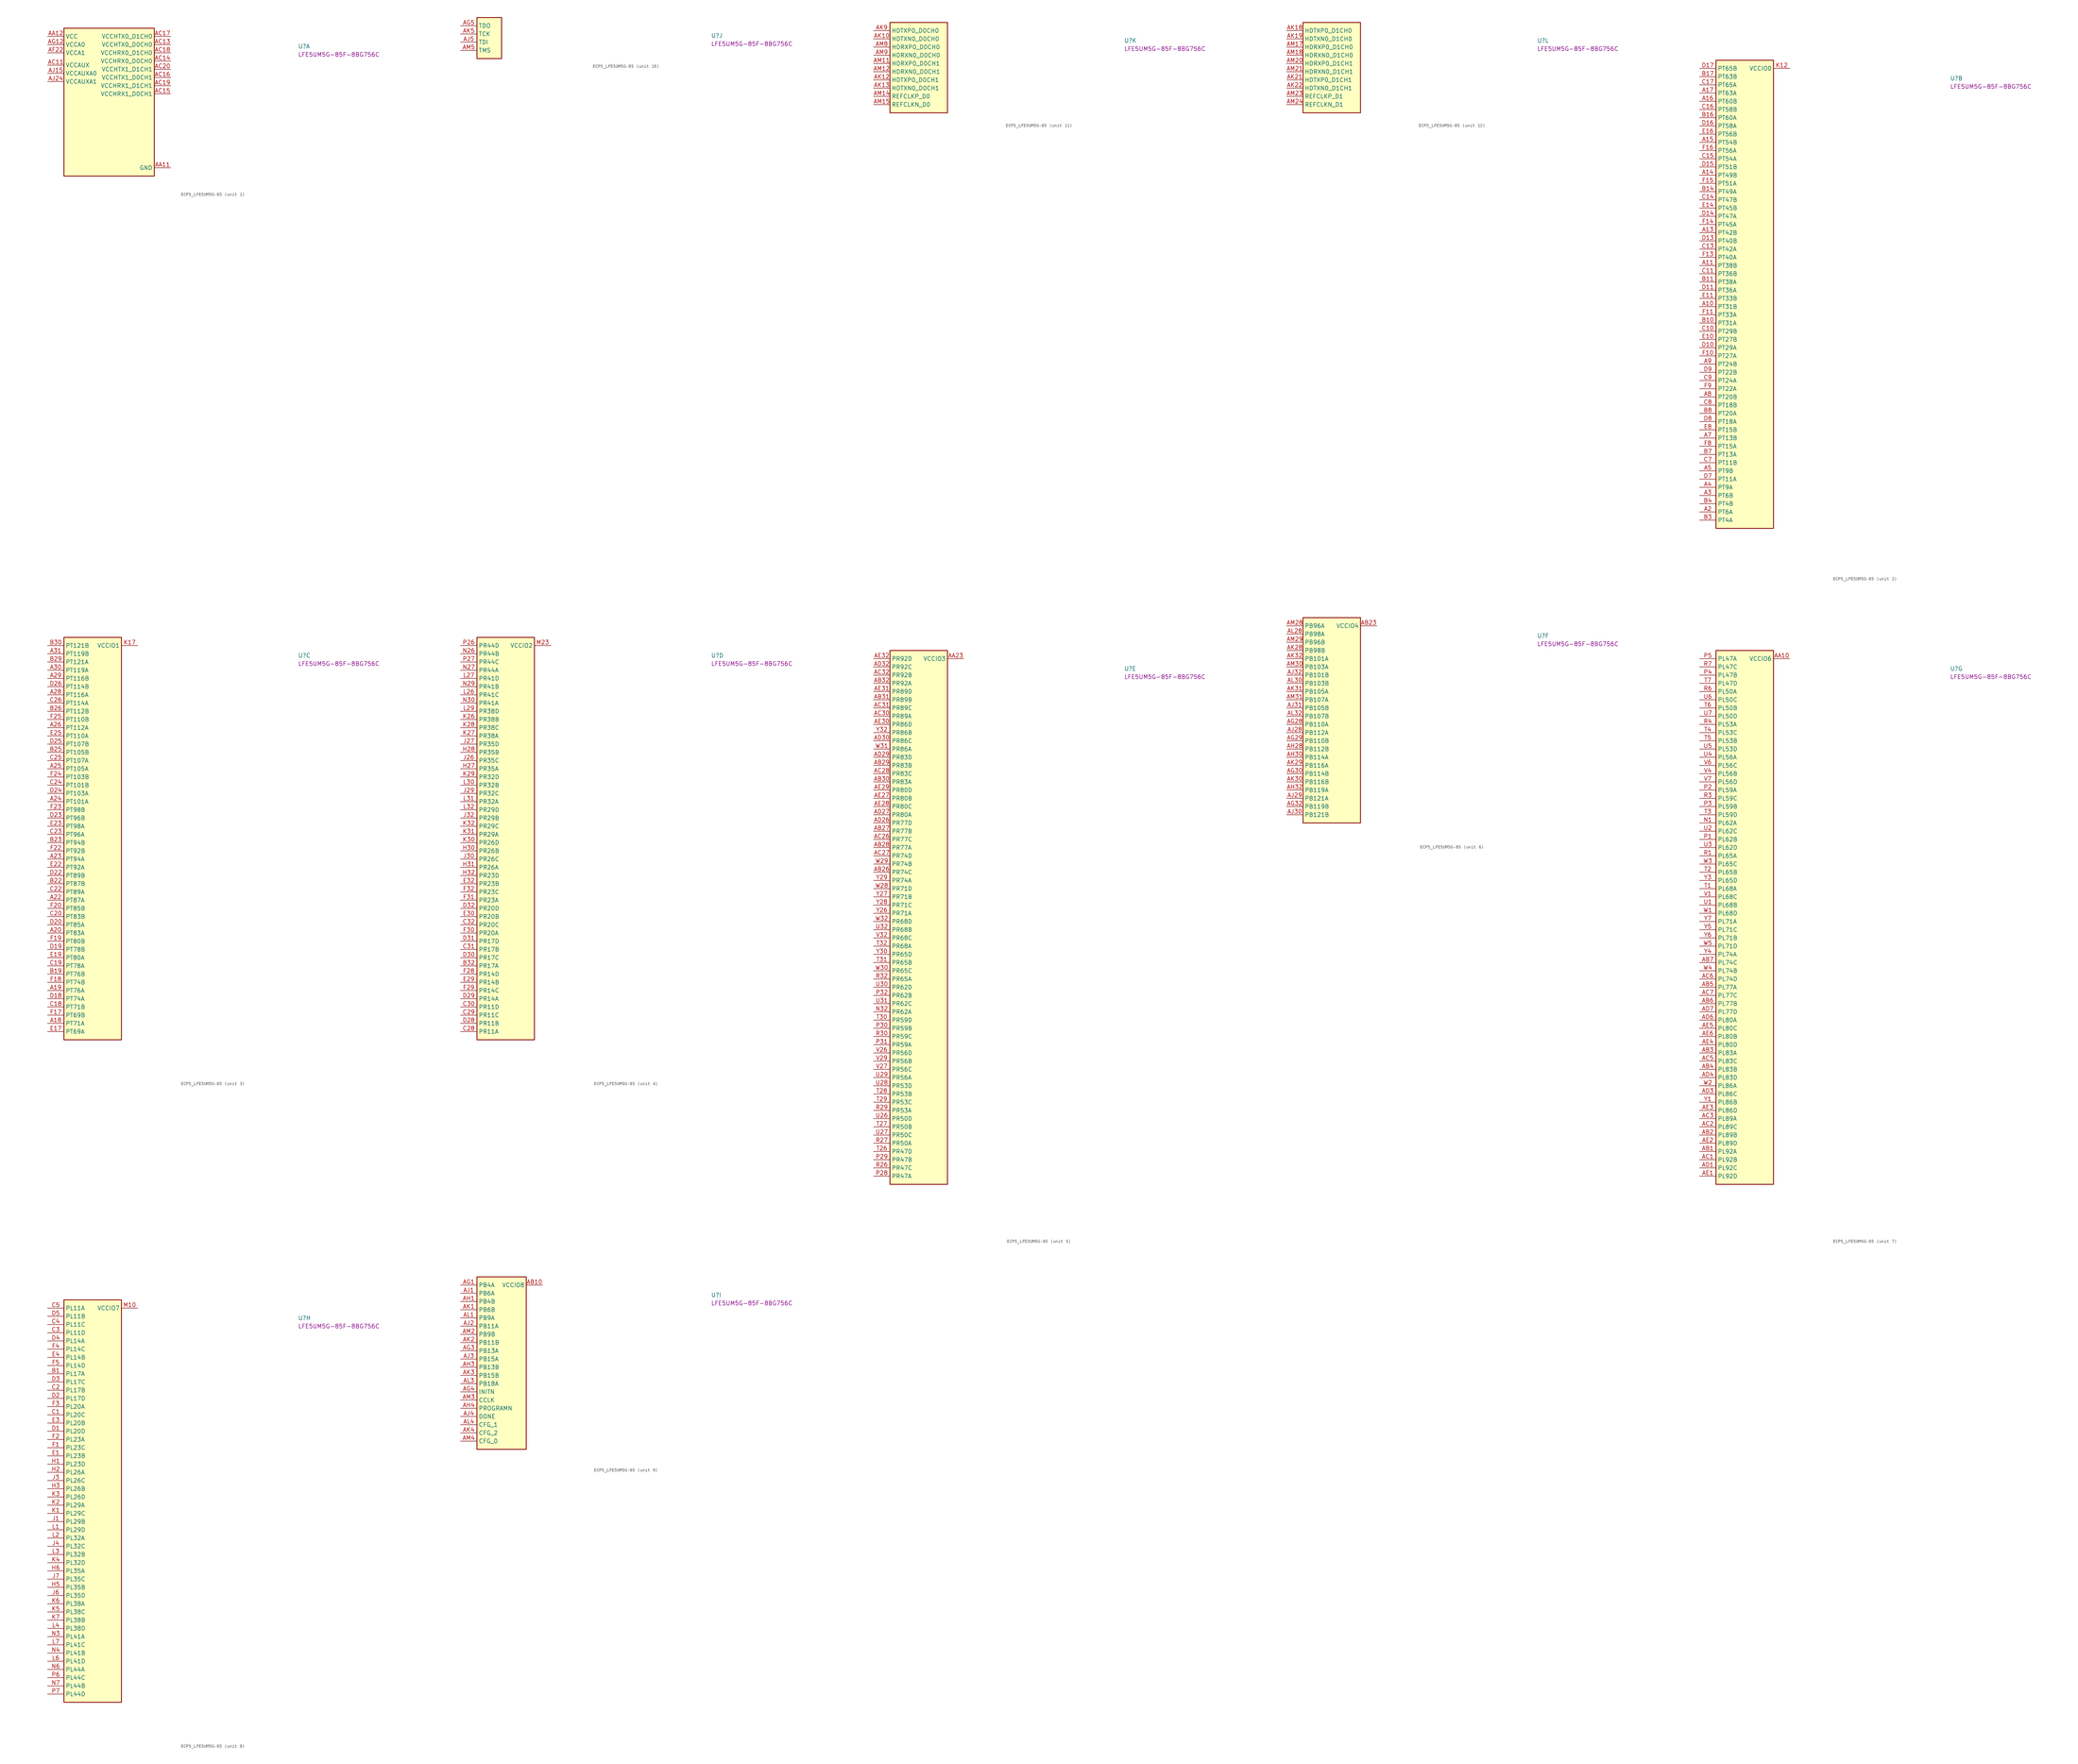
<source format=kicad_sym>
(kicad_symbol_lib
  (version 20220914)
  (generator kicad_symbol_editor)
  (symbol "ECP5_LFE5UM5G-85"
    (property "Reference" "U"
      (at 77.47 -3.81 0)
      (effects (font (size 1.27 1.27) (thickness 0.15)) (justify left bottom)))
    (property "MPN" "LFE5UM5G-85F-8BG756C"
      (at 77.47 -6.35 0)
      (effects (font (size 1.27 1.27) (thickness 0.15)) (justify left bottom)))
    (property "ki_locked" ""
      (at 0 0 0)
      (effects (font (size 1.27 1.27))))
    (symbol "ECP5_LFE5UM5G-85_1_1"
      (rectangle (start 5.08 2.54) (end 33.02 -43.18) (stroke (width 0.254) (type default)) (fill (type background)))
      (pin power_in line (at 38.1 -40.64 180) (length 5.08) (name "GND" (effects (font (size 1.27 1.27)))) (number "AA11" (effects (font (size 1.27 1.27)))))
      (pin power_in line (at 0 0 0) (length 5.08) (name "VCC" (effects (font (size 1.27 1.27)))) (number "AA12" (effects (font (size 1.27 1.27)))))
      (pin passive line (at 0 0 0) (length 5.08) hide (name "VCC" (effects (font (size 1.27 1.27)))) (number "AA13" (effects (font (size 1.27 1.27)))))
      (pin passive line (at 0 0 0) (length 5.08) hide (name "VCC" (effects (font (size 1.27 1.27)))) (number "AA14" (effects (font (size 1.27 1.27)))))
      (pin passive line (at 0 0 0) (length 5.08) hide (name "VCC" (effects (font (size 1.27 1.27)))) (number "AA15" (effects (font (size 1.27 1.27)))))
      (pin passive line (at 0 0 0) (length 5.08) hide (name "VCC" (effects (font (size 1.27 1.27)))) (number "AA16" (effects (font (size 1.27 1.27)))))
      (pin passive line (at 0 0 0) (length 5.08) hide (name "VCC" (effects (font (size 1.27 1.27)))) (number "AA17" (effects (font (size 1.27 1.27)))))
      (pin passive line (at 0 0 0) (length 5.08) hide (name "VCC" (effects (font (size 1.27 1.27)))) (number "AA18" (effects (font (size 1.27 1.27)))))
      (pin passive line (at 0 0 0) (length 5.08) hide (name "VCC" (effects (font (size 1.27 1.27)))) (number "AA19" (effects (font (size 1.27 1.27)))))
      (pin passive line (at 0 0 0) (length 5.08) hide (name "VCC" (effects (font (size 1.27 1.27)))) (number "AA20" (effects (font (size 1.27 1.27)))))
      (pin passive line (at 0 0 0) (length 5.08) hide (name "VCC" (effects (font (size 1.27 1.27)))) (number "AA21" (effects (font (size 1.27 1.27)))))
      (pin passive line (at 38.1 -40.64 180) (length 5.08) hide (name "GND" (effects (font (size 1.27 1.27)))) (number "AA22" (effects (font (size 1.27 1.27)))))
      (pin passive line (at 38.1 -40.64 180) (length 5.08) hide (name "GND" (effects (font (size 1.27 1.27)))) (number "AB11" (effects (font (size 1.27 1.27)))))
      (pin passive line (at 38.1 -40.64 180) (length 5.08) hide (name "GND" (effects (font (size 1.27 1.27)))) (number "AB12" (effects (font (size 1.27 1.27)))))
      (pin passive line (at 38.1 -40.64 180) (length 5.08) hide (name "GND" (effects (font (size 1.27 1.27)))) (number "AB13" (effects (font (size 1.27 1.27)))))
      (pin passive line (at 38.1 -40.64 180) (length 5.08) hide (name "GND" (effects (font (size 1.27 1.27)))) (number "AB14" (effects (font (size 1.27 1.27)))))
      (pin passive line (at 38.1 -40.64 180) (length 5.08) hide (name "GND" (effects (font (size 1.27 1.27)))) (number "AB15" (effects (font (size 1.27 1.27)))))
      (pin passive line (at 38.1 -40.64 180) (length 5.08) hide (name "GND" (effects (font (size 1.27 1.27)))) (number "AB16" (effects (font (size 1.27 1.27)))))
      (pin passive line (at 38.1 -40.64 180) (length 5.08) hide (name "GND" (effects (font (size 1.27 1.27)))) (number "AB17" (effects (font (size 1.27 1.27)))))
      (pin passive line (at 38.1 -40.64 180) (length 5.08) hide (name "GND" (effects (font (size 1.27 1.27)))) (number "AB18" (effects (font (size 1.27 1.27)))))
      (pin passive line (at 38.1 -40.64 180) (length 5.08) hide (name "GND" (effects (font (size 1.27 1.27)))) (number "AB19" (effects (font (size 1.27 1.27)))))
      (pin passive line (at 38.1 -40.64 180) (length 5.08) hide (name "GND" (effects (font (size 1.27 1.27)))) (number "AB20" (effects (font (size 1.27 1.27)))))
      (pin passive line (at 38.1 -40.64 180) (length 5.08) hide (name "GND" (effects (font (size 1.27 1.27)))) (number "AB21" (effects (font (size 1.27 1.27)))))
      (pin passive line (at 38.1 -40.64 180) (length 5.08) hide (name "GND" (effects (font (size 1.27 1.27)))) (number "AB22" (effects (font (size 1.27 1.27)))))
      (pin power_in line (at 0 -8.89 0) (length 5.08) (name "VCCAUX" (effects (font (size 1.27 1.27)))) (number "AC11" (effects (font (size 1.27 1.27)))))
      (pin passive line (at 38.1 -40.64 180) (length 5.08) hide (name "GND" (effects (font (size 1.27 1.27)))) (number "AC12" (effects (font (size 1.27 1.27)))))
      (pin power_in line (at 38.1 -2.54 180) (length 5.08) (name "VCCHTX0_D0CH0" (effects (font (size 1.27 1.27)))) (number "AC13" (effects (font (size 1.27 1.27)))))
      (pin power_in line (at 38.1 -7.62 180) (length 5.08) (name "VCCHRX0_D0CH0" (effects (font (size 1.27 1.27)))) (number "AC14" (effects (font (size 1.27 1.27)))))
      (pin power_in line (at 38.1 -17.78 180) (length 5.08) (name "VCCHRX1_D0CH1" (effects (font (size 1.27 1.27)))) (number "AC15" (effects (font (size 1.27 1.27)))))
      (pin power_in line (at 38.1 -12.7 180) (length 5.08) (name "VCCHTX1_D0CH1" (effects (font (size 1.27 1.27)))) (number "AC16" (effects (font (size 1.27 1.27)))))
      (pin power_in line (at 38.1 0 180) (length 5.08) (name "VCCHTX0_D1CH0" (effects (font (size 1.27 1.27)))) (number "AC17" (effects (font (size 1.27 1.27)))))
      (pin power_in line (at 38.1 -5.08 180) (length 5.08) (name "VCCHRX0_D1CH0" (effects (font (size 1.27 1.27)))) (number "AC18" (effects (font (size 1.27 1.27)))))
      (pin power_in line (at 38.1 -15.24 180) (length 5.08) (name "VCCHRX1_D1CH1" (effects (font (size 1.27 1.27)))) (number "AC19" (effects (font (size 1.27 1.27)))))
      (pin power_in line (at 38.1 -10.16 180) (length 5.08) (name "VCCHTX1_D1CH1" (effects (font (size 1.27 1.27)))) (number "AC20" (effects (font (size 1.27 1.27)))))
      (pin passive line (at 38.1 -40.64 180) (length 5.08) hide (name "GND" (effects (font (size 1.27 1.27)))) (number "AC21" (effects (font (size 1.27 1.27)))))
      (pin passive line (at 0 -8.89 0) (length 5.08) hide (name "VCCAUX" (effects (font (size 1.27 1.27)))) (number "AC22" (effects (font (size 1.27 1.27)))))
      (pin no_connect line (at 33.02 -20.32 180) (length 5.08) hide (name "NC" (effects (font (size 1.27 1.27)))) (number "AC29" (effects (font (size 1.27 1.27)))))
      (pin no_connect line (at 33.02 -21.59 180) (length 5.08) hide (name "NC" (effects (font (size 1.27 1.27)))) (number "AC4" (effects (font (size 1.27 1.27)))))
      (pin passive line (at 38.1 -40.64 180) (length 5.08) hide (name "GND" (effects (font (size 1.27 1.27)))) (number "AD2" (effects (font (size 1.27 1.27)))))
      (pin passive line (at 38.1 -40.64 180) (length 5.08) hide (name "GND" (effects (font (size 1.27 1.27)))) (number "AD28" (effects (font (size 1.27 1.27)))))
      (pin passive line (at 38.1 -40.64 180) (length 5.08) hide (name "GND" (effects (font (size 1.27 1.27)))) (number "AD31" (effects (font (size 1.27 1.27)))))
      (pin passive line (at 38.1 -40.64 180) (length 5.08) hide (name "GND" (effects (font (size 1.27 1.27)))) (number "AD5" (effects (font (size 1.27 1.27)))))
      (pin no_connect line (at 33.02 -22.86 180) (length 5.08) hide (name "NC" (effects (font (size 1.27 1.27)))) (number "AE26" (effects (font (size 1.27 1.27)))))
      (pin no_connect line (at 33.02 -24.13 180) (length 5.08) hide (name "NC" (effects (font (size 1.27 1.27)))) (number "AE7" (effects (font (size 1.27 1.27)))))
      (pin passive line (at 38.1 -40.64 180) (length 5.08) hide (name "GND" (effects (font (size 1.27 1.27)))) (number "AF11" (effects (font (size 1.27 1.27)))))
      (pin passive line (at 38.1 -40.64 180) (length 5.08) hide (name "GND" (effects (font (size 1.27 1.27)))) (number "AF12" (effects (font (size 1.27 1.27)))))
      (pin passive line (at 38.1 -40.64 180) (length 5.08) hide (name "GND" (effects (font (size 1.27 1.27)))) (number "AF14" (effects (font (size 1.27 1.27)))))
      (pin passive line (at 38.1 -40.64 180) (length 5.08) hide (name "GND" (effects (font (size 1.27 1.27)))) (number "AF15" (effects (font (size 1.27 1.27)))))
      (pin passive line (at 38.1 -40.64 180) (length 5.08) hide (name "GND" (effects (font (size 1.27 1.27)))) (number "AF16" (effects (font (size 1.27 1.27)))))
      (pin passive line (at 38.1 -40.64 180) (length 5.08) hide (name "GND" (effects (font (size 1.27 1.27)))) (number "AF17" (effects (font (size 1.27 1.27)))))
      (pin passive line (at 38.1 -40.64 180) (length 5.08) hide (name "GND" (effects (font (size 1.27 1.27)))) (number "AF19" (effects (font (size 1.27 1.27)))))
      (pin passive line (at 38.1 -40.64 180) (length 5.08) hide (name "GND" (effects (font (size 1.27 1.27)))) (number "AF20" (effects (font (size 1.27 1.27)))))
      (pin power_in line (at 0 -5.08 0) (length 5.08) (name "VCCA1" (effects (font (size 1.27 1.27)))) (number "AF22" (effects (font (size 1.27 1.27)))))
      (pin passive line (at 38.1 -40.64 180) (length 5.08) hide (name "GND" (effects (font (size 1.27 1.27)))) (number "AF23" (effects (font (size 1.27 1.27)))))
      (pin passive line (at 38.1 -40.64 180) (length 5.08) hide (name "GND" (effects (font (size 1.27 1.27)))) (number "AG11" (effects (font (size 1.27 1.27)))))
      (pin power_in line (at 0 -2.54 0) (length 5.08) (name "VCCA0" (effects (font (size 1.27 1.27)))) (number "AG12" (effects (font (size 1.27 1.27)))))
      (pin passive line (at 38.1 -40.64 180) (length 5.08) hide (name "GND" (effects (font (size 1.27 1.27)))) (number "AG14" (effects (font (size 1.27 1.27)))))
      (pin passive line (at 38.1 -40.64 180) (length 5.08) hide (name "GND" (effects (font (size 1.27 1.27)))) (number "AG15" (effects (font (size 1.27 1.27)))))
      (pin passive line (at 38.1 -40.64 180) (length 5.08) hide (name "GND" (effects (font (size 1.27 1.27)))) (number "AG16" (effects (font (size 1.27 1.27)))))
      (pin passive line (at 38.1 -40.64 180) (length 5.08) hide (name "GND" (effects (font (size 1.27 1.27)))) (number "AG17" (effects (font (size 1.27 1.27)))))
      (pin passive line (at 0 -5.08 0) (length 5.08) hide (name "VCCA1" (effects (font (size 1.27 1.27)))) (number "AG19" (effects (font (size 1.27 1.27)))))
      (pin no_connect line (at 33.02 -25.4 180) (length 5.08) hide (name "NC" (effects (font (size 1.27 1.27)))) (number "AG2" (effects (font (size 1.27 1.27)))))
      (pin passive line (at 38.1 -40.64 180) (length 5.08) hide (name "GND" (effects (font (size 1.27 1.27)))) (number "AG20" (effects (font (size 1.27 1.27)))))
      (pin passive line (at 0 -5.08 0) (length 5.08) hide (name "VCCA1" (effects (font (size 1.27 1.27)))) (number "AG22" (effects (font (size 1.27 1.27)))))
      (pin passive line (at 38.1 -40.64 180) (length 5.08) hide (name "GND" (effects (font (size 1.27 1.27)))) (number "AG23" (effects (font (size 1.27 1.27)))))
      (pin no_connect line (at 33.02 -26.67 180) (length 5.08) hide (name "NC" (effects (font (size 1.27 1.27)))) (number "AG24" (effects (font (size 1.27 1.27)))))
      (pin no_connect line (at 33.02 -27.94 180) (length 5.08) hide (name "NC" (effects (font (size 1.27 1.27)))) (number "AG31" (effects (font (size 1.27 1.27)))))
      (pin passive line (at 0 -2.54 0) (length 5.08) hide (name "VCCA0" (effects (font (size 1.27 1.27)))) (number "AG9" (effects (font (size 1.27 1.27)))))
      (pin passive line (at 38.1 -40.64 180) (length 5.08) hide (name "GND" (effects (font (size 1.27 1.27)))) (number "AH11" (effects (font (size 1.27 1.27)))))
      (pin passive line (at 0 -2.54 0) (length 5.08) hide (name "VCCA0" (effects (font (size 1.27 1.27)))) (number "AH12" (effects (font (size 1.27 1.27)))))
      (pin passive line (at 38.1 -40.64 180) (length 5.08) hide (name "GND" (effects (font (size 1.27 1.27)))) (number "AH14" (effects (font (size 1.27 1.27)))))
      (pin passive line (at 38.1 -40.64 180) (length 5.08) hide (name "GND" (effects (font (size 1.27 1.27)))) (number "AH15" (effects (font (size 1.27 1.27)))))
      (pin passive line (at 38.1 -40.64 180) (length 5.08) hide (name "GND" (effects (font (size 1.27 1.27)))) (number "AH16" (effects (font (size 1.27 1.27)))))
      (pin passive line (at 38.1 -40.64 180) (length 5.08) hide (name "GND" (effects (font (size 1.27 1.27)))) (number "AH17" (effects (font (size 1.27 1.27)))))
      (pin passive line (at 0 -5.08 0) (length 5.08) hide (name "VCCA1" (effects (font (size 1.27 1.27)))) (number "AH19" (effects (font (size 1.27 1.27)))))
      (pin passive line (at 38.1 -40.64 180) (length 5.08) hide (name "GND" (effects (font (size 1.27 1.27)))) (number "AH2" (effects (font (size 1.27 1.27)))))
      (pin passive line (at 38.1 -40.64 180) (length 5.08) hide (name "GND" (effects (font (size 1.27 1.27)))) (number "AH20" (effects (font (size 1.27 1.27)))))
      (pin passive line (at 0 -5.08 0) (length 5.08) hide (name "VCCA1" (effects (font (size 1.27 1.27)))) (number "AH22" (effects (font (size 1.27 1.27)))))
      (pin passive line (at 38.1 -40.64 180) (length 5.08) hide (name "GND" (effects (font (size 1.27 1.27)))) (number "AH23" (effects (font (size 1.27 1.27)))))
      (pin passive line (at 38.1 -40.64 180) (length 5.08) hide (name "GND" (effects (font (size 1.27 1.27)))) (number "AH24" (effects (font (size 1.27 1.27)))))
      (pin passive line (at 38.1 -40.64 180) (length 5.08) hide (name "GND" (effects (font (size 1.27 1.27)))) (number "AH25" (effects (font (size 1.27 1.27)))))
      (pin passive line (at 38.1 -40.64 180) (length 5.08) hide (name "GND" (effects (font (size 1.27 1.27)))) (number "AH26" (effects (font (size 1.27 1.27)))))
      (pin passive line (at 38.1 -40.64 180) (length 5.08) hide (name "GND" (effects (font (size 1.27 1.27)))) (number "AH29" (effects (font (size 1.27 1.27)))))
      (pin passive line (at 38.1 -40.64 180) (length 5.08) hide (name "GND" (effects (font (size 1.27 1.27)))) (number "AH31" (effects (font (size 1.27 1.27)))))
      (pin passive line (at 38.1 -40.64 180) (length 5.08) hide (name "GND" (effects (font (size 1.27 1.27)))) (number "AH5" (effects (font (size 1.27 1.27)))))
      (pin passive line (at 38.1 -40.64 180) (length 5.08) hide (name "GND" (effects (font (size 1.27 1.27)))) (number "AH7" (effects (font (size 1.27 1.27)))))
      (pin passive line (at 38.1 -40.64 180) (length 5.08) hide (name "GND" (effects (font (size 1.27 1.27)))) (number "AH8" (effects (font (size 1.27 1.27)))))
      (pin passive line (at 0 -2.54 0) (length 5.08) hide (name "VCCA0" (effects (font (size 1.27 1.27)))) (number "AH9" (effects (font (size 1.27 1.27)))))
      (pin passive line (at 0 -2.54 0) (length 5.08) hide (name "VCCA0" (effects (font (size 1.27 1.27)))) (number "AJ10" (effects (font (size 1.27 1.27)))))
      (pin passive line (at 38.1 -40.64 180) (length 5.08) hide (name "GND" (effects (font (size 1.27 1.27)))) (number "AJ11" (effects (font (size 1.27 1.27)))))
      (pin passive line (at 0 -2.54 0) (length 5.08) hide (name "VCCA0" (effects (font (size 1.27 1.27)))) (number "AJ12" (effects (font (size 1.27 1.27)))))
      (pin passive line (at 0 -2.54 0) (length 5.08) hide (name "VCCA0" (effects (font (size 1.27 1.27)))) (number "AJ13" (effects (font (size 1.27 1.27)))))
      (pin passive line (at 38.1 -40.64 180) (length 5.08) hide (name "GND" (effects (font (size 1.27 1.27)))) (number "AJ14" (effects (font (size 1.27 1.27)))))
      (pin power_in line (at 0 -11.43 0) (length 5.08) (name "VCCAUXA0" (effects (font (size 1.27 1.27)))) (number "AJ15" (effects (font (size 1.27 1.27)))))
      (pin passive line (at 0 -11.43 0) (length 5.08) hide (name "VCCAUXA0" (effects (font (size 1.27 1.27)))) (number "AJ16" (effects (font (size 1.27 1.27)))))
      (pin passive line (at 38.1 -40.64 180) (length 5.08) hide (name "GND" (effects (font (size 1.27 1.27)))) (number "AJ17" (effects (font (size 1.27 1.27)))))
      (pin passive line (at 0 -5.08 0) (length 5.08) hide (name "VCCA1" (effects (font (size 1.27 1.27)))) (number "AJ18" (effects (font (size 1.27 1.27)))))
      (pin passive line (at 0 -5.08 0) (length 5.08) hide (name "VCCA1" (effects (font (size 1.27 1.27)))) (number "AJ19" (effects (font (size 1.27 1.27)))))
      (pin passive line (at 38.1 -40.64 180) (length 5.08) hide (name "GND" (effects (font (size 1.27 1.27)))) (number "AJ20" (effects (font (size 1.27 1.27)))))
      (pin passive line (at 0 -5.08 0) (length 5.08) hide (name "VCCA1" (effects (font (size 1.27 1.27)))) (number "AJ21" (effects (font (size 1.27 1.27)))))
      (pin passive line (at 0 -5.08 0) (length 5.08) hide (name "VCCA1" (effects (font (size 1.27 1.27)))) (number "AJ22" (effects (font (size 1.27 1.27)))))
      (pin passive line (at 38.1 -40.64 180) (length 5.08) hide (name "GND" (effects (font (size 1.27 1.27)))) (number "AJ23" (effects (font (size 1.27 1.27)))))
      (pin power_in line (at 0 -13.97 0) (length 5.08) (name "VCCAUXA1" (effects (font (size 1.27 1.27)))) (number "AJ24" (effects (font (size 1.27 1.27)))))
      (pin passive line (at 0 -13.97 0) (length 5.08) hide (name "VCCAUXA1" (effects (font (size 1.27 1.27)))) (number "AJ25" (effects (font (size 1.27 1.27)))))
      (pin passive line (at 38.1 -40.64 180) (length 5.08) hide (name "GND" (effects (font (size 1.27 1.27)))) (number "AJ26" (effects (font (size 1.27 1.27)))))
      (pin passive line (at 38.1 -40.64 180) (length 5.08) hide (name "GND" (effects (font (size 1.27 1.27)))) (number "AJ7" (effects (font (size 1.27 1.27)))))
      (pin passive line (at 38.1 -40.64 180) (length 5.08) hide (name "GND" (effects (font (size 1.27 1.27)))) (number "AJ8" (effects (font (size 1.27 1.27)))))
      (pin passive line (at 0 -2.54 0) (length 5.08) hide (name "VCCA0" (effects (font (size 1.27 1.27)))) (number "AJ9" (effects (font (size 1.27 1.27)))))
      (pin passive line (at 38.1 -40.64 180) (length 5.08) hide (name "GND" (effects (font (size 1.27 1.27)))) (number "AK11" (effects (font (size 1.27 1.27)))))
      (pin passive line (at 38.1 -40.64 180) (length 5.08) hide (name "GND" (effects (font (size 1.27 1.27)))) (number "AK14" (effects (font (size 1.27 1.27)))))
      (pin no_connect line (at 5.08 -34.29 0) (length 5.08) hide (name "RESERVED" (effects (font (size 1.27 1.27)))) (number "AK15" (effects (font (size 1.27 1.27)))))
      (pin no_connect line (at 5.08 -35.56 0) (length 5.08) hide (name "RESERVED" (effects (font (size 1.27 1.27)))) (number "AK16" (effects (font (size 1.27 1.27)))))
      (pin passive line (at 38.1 -40.64 180) (length 5.08) hide (name "GND" (effects (font (size 1.27 1.27)))) (number "AK17" (effects (font (size 1.27 1.27)))))
      (pin passive line (at 38.1 -40.64 180) (length 5.08) hide (name "GND" (effects (font (size 1.27 1.27)))) (number "AK20" (effects (font (size 1.27 1.27)))))
      (pin passive line (at 38.1 -40.64 180) (length 5.08) hide (name "GND" (effects (font (size 1.27 1.27)))) (number "AK23" (effects (font (size 1.27 1.27)))))
      (pin no_connect line (at 5.08 -36.83 0) (length 5.08) hide (name "RESERVED" (effects (font (size 1.27 1.27)))) (number "AK24" (effects (font (size 1.27 1.27)))))
      (pin no_connect line (at 5.08 -38.1 0) (length 5.08) hide (name "RESERVED" (effects (font (size 1.27 1.27)))) (number "AK25" (effects (font (size 1.27 1.27)))))
      (pin passive line (at 38.1 -40.64 180) (length 5.08) hide (name "GND" (effects (font (size 1.27 1.27)))) (number "AK26" (effects (font (size 1.27 1.27)))))
      (pin passive line (at 38.1 -40.64 180) (length 5.08) hide (name "GND" (effects (font (size 1.27 1.27)))) (number "AK7" (effects (font (size 1.27 1.27)))))
      (pin passive line (at 38.1 -40.64 180) (length 5.08) hide (name "GND" (effects (font (size 1.27 1.27)))) (number "AK8" (effects (font (size 1.27 1.27)))))
      (pin passive line (at 38.1 -40.64 180) (length 5.08) hide (name "GND" (effects (font (size 1.27 1.27)))) (number "AL11" (effects (font (size 1.27 1.27)))))
      (pin passive line (at 38.1 -40.64 180) (length 5.08) hide (name "GND" (effects (font (size 1.27 1.27)))) (number "AL12" (effects (font (size 1.27 1.27)))))
      (pin passive line (at 38.1 -40.64 180) (length 5.08) hide (name "GND" (effects (font (size 1.27 1.27)))) (number "AL14" (effects (font (size 1.27 1.27)))))
      (pin passive line (at 38.1 -40.64 180) (length 5.08) hide (name "GND" (effects (font (size 1.27 1.27)))) (number "AL15" (effects (font (size 1.27 1.27)))))
      (pin passive line (at 38.1 -40.64 180) (length 5.08) hide (name "GND" (effects (font (size 1.27 1.27)))) (number "AL17" (effects (font (size 1.27 1.27)))))
      (pin passive line (at 38.1 -40.64 180) (length 5.08) hide (name "GND" (effects (font (size 1.27 1.27)))) (number "AL18" (effects (font (size 1.27 1.27)))))
      (pin passive line (at 38.1 -40.64 180) (length 5.08) hide (name "GND" (effects (font (size 1.27 1.27)))) (number "AL2" (effects (font (size 1.27 1.27)))))
      (pin passive line (at 38.1 -40.64 180) (length 5.08) hide (name "GND" (effects (font (size 1.27 1.27)))) (number "AL20" (effects (font (size 1.27 1.27)))))
      (pin passive line (at 38.1 -40.64 180) (length 5.08) hide (name "GND" (effects (font (size 1.27 1.27)))) (number "AL21" (effects (font (size 1.27 1.27)))))
      (pin passive line (at 38.1 -40.64 180) (length 5.08) hide (name "GND" (effects (font (size 1.27 1.27)))) (number "AL23" (effects (font (size 1.27 1.27)))))
      (pin passive line (at 38.1 -40.64 180) (length 5.08) hide (name "GND" (effects (font (size 1.27 1.27)))) (number "AL24" (effects (font (size 1.27 1.27)))))
      (pin passive line (at 38.1 -40.64 180) (length 5.08) hide (name "GND" (effects (font (size 1.27 1.27)))) (number "AL26" (effects (font (size 1.27 1.27)))))
      (pin passive line (at 38.1 -40.64 180) (length 5.08) hide (name "GND" (effects (font (size 1.27 1.27)))) (number "AL29" (effects (font (size 1.27 1.27)))))
      (pin passive line (at 38.1 -40.64 180) (length 5.08) hide (name "GND" (effects (font (size 1.27 1.27)))) (number "AL31" (effects (font (size 1.27 1.27)))))
      (pin passive line (at 38.1 -40.64 180) (length 5.08) hide (name "GND" (effects (font (size 1.27 1.27)))) (number "AL5" (effects (font (size 1.27 1.27)))))
      (pin passive line (at 38.1 -40.64 180) (length 5.08) hide (name "GND" (effects (font (size 1.27 1.27)))) (number "AL7" (effects (font (size 1.27 1.27)))))
      (pin passive line (at 38.1 -40.64 180) (length 5.08) hide (name "GND" (effects (font (size 1.27 1.27)))) (number "AL8" (effects (font (size 1.27 1.27)))))
      (pin passive line (at 38.1 -40.64 180) (length 5.08) hide (name "GND" (effects (font (size 1.27 1.27)))) (number "AL9" (effects (font (size 1.27 1.27)))))
      (pin passive line (at 38.1 -40.64 180) (length 5.08) hide (name "GND" (effects (font (size 1.27 1.27)))) (number "AM26" (effects (font (size 1.27 1.27)))))
      (pin passive line (at 38.1 -40.64 180) (length 5.08) hide (name "GND" (effects (font (size 1.27 1.27)))) (number "AM7" (effects (font (size 1.27 1.27)))))
      (pin passive line (at 38.1 -40.64 180) (length 5.08) hide (name "GND" (effects (font (size 1.27 1.27)))) (number "B13" (effects (font (size 1.27 1.27)))))
      (pin passive line (at 38.1 -40.64 180) (length 5.08) hide (name "GND" (effects (font (size 1.27 1.27)))) (number "B15" (effects (font (size 1.27 1.27)))))
      (pin passive line (at 38.1 -40.64 180) (length 5.08) hide (name "GND" (effects (font (size 1.27 1.27)))) (number "B18" (effects (font (size 1.27 1.27)))))
      (pin passive line (at 38.1 -40.64 180) (length 5.08) hide (name "GND" (effects (font (size 1.27 1.27)))) (number "B2" (effects (font (size 1.27 1.27)))))
      (pin passive line (at 38.1 -40.64 180) (length 5.08) hide (name "GND" (effects (font (size 1.27 1.27)))) (number "B20" (effects (font (size 1.27 1.27)))))
      (pin passive line (at 38.1 -40.64 180) (length 5.08) hide (name "GND" (effects (font (size 1.27 1.27)))) (number "B24" (effects (font (size 1.27 1.27)))))
      (pin passive line (at 38.1 -40.64 180) (length 5.08) hide (name "GND" (effects (font (size 1.27 1.27)))) (number "B28" (effects (font (size 1.27 1.27)))))
      (pin passive line (at 38.1 -40.64 180) (length 5.08) hide (name "GND" (effects (font (size 1.27 1.27)))) (number "B31" (effects (font (size 1.27 1.27)))))
      (pin passive line (at 38.1 -40.64 180) (length 5.08) hide (name "GND" (effects (font (size 1.27 1.27)))) (number "B5" (effects (font (size 1.27 1.27)))))
      (pin passive line (at 38.1 -40.64 180) (length 5.08) hide (name "GND" (effects (font (size 1.27 1.27)))) (number "B9" (effects (font (size 1.27 1.27)))))
      (pin passive line (at 38.1 -40.64 180) (length 5.08) hide (name "GND" (effects (font (size 1.27 1.27)))) (number "E13" (effects (font (size 1.27 1.27)))))
      (pin passive line (at 38.1 -40.64 180) (length 5.08) hide (name "GND" (effects (font (size 1.27 1.27)))) (number "E15" (effects (font (size 1.27 1.27)))))
      (pin passive line (at 38.1 -40.64 180) (length 5.08) hide (name "GND" (effects (font (size 1.27 1.27)))) (number "E18" (effects (font (size 1.27 1.27)))))
      (pin passive line (at 38.1 -40.64 180) (length 5.08) hide (name "GND" (effects (font (size 1.27 1.27)))) (number "E2" (effects (font (size 1.27 1.27)))))
      (pin passive line (at 38.1 -40.64 180) (length 5.08) hide (name "GND" (effects (font (size 1.27 1.27)))) (number "E20" (effects (font (size 1.27 1.27)))))
      (pin passive line (at 38.1 -40.64 180) (length 5.08) hide (name "GND" (effects (font (size 1.27 1.27)))) (number "E24" (effects (font (size 1.27 1.27)))))
      (pin no_connect line (at 33.02 -29.21 180) (length 5.08) hide (name "NC" (effects (font (size 1.27 1.27)))) (number "E26" (effects (font (size 1.27 1.27)))))
      (pin passive line (at 38.1 -40.64 180) (length 5.08) hide (name "GND" (effects (font (size 1.27 1.27)))) (number "E28" (effects (font (size 1.27 1.27)))))
      (pin passive line (at 38.1 -40.64 180) (length 5.08) hide (name "GND" (effects (font (size 1.27 1.27)))) (number "E31" (effects (font (size 1.27 1.27)))))
      (pin passive line (at 38.1 -40.64 180) (length 5.08) hide (name "GND" (effects (font (size 1.27 1.27)))) (number "E5" (effects (font (size 1.27 1.27)))))
      (pin no_connect line (at 33.02 -30.48 180) (length 5.08) hide (name "NC" (effects (font (size 1.27 1.27)))) (number "E7" (effects (font (size 1.27 1.27)))))
      (pin passive line (at 38.1 -40.64 180) (length 5.08) hide (name "GND" (effects (font (size 1.27 1.27)))) (number "E9" (effects (font (size 1.27 1.27)))))
      (pin no_connect line (at 33.02 -31.75 180) (length 5.08) hide (name "NC" (effects (font (size 1.27 1.27)))) (number "G10" (effects (font (size 1.27 1.27)))))
      (pin no_connect line (at 33.02 -33.02 180) (length 5.08) hide (name "NC" (effects (font (size 1.27 1.27)))) (number "G11" (effects (font (size 1.27 1.27)))))
      (pin no_connect line (at 33.02 -34.29 180) (length 5.08) hide (name "NC" (effects (font (size 1.27 1.27)))) (number "G14" (effects (font (size 1.27 1.27)))))
      (pin no_connect line (at 5.08 -21.59 0) (length 5.08) hide (name "NC" (effects (font (size 1.27 1.27)))) (number "G15" (effects (font (size 1.27 1.27)))))
      (pin no_connect line (at 5.08 -22.86 0) (length 5.08) hide (name "NC" (effects (font (size 1.27 1.27)))) (number "G16" (effects (font (size 1.27 1.27)))))
      (pin no_connect line (at 5.08 -24.13 0) (length 5.08) hide (name "NC" (effects (font (size 1.27 1.27)))) (number "G17" (effects (font (size 1.27 1.27)))))
      (pin no_connect line (at 5.08 -25.4 0) (length 5.08) hide (name "NC" (effects (font (size 1.27 1.27)))) (number "G18" (effects (font (size 1.27 1.27)))))
      (pin no_connect line (at 5.08 -26.67 0) (length 5.08) hide (name "NC" (effects (font (size 1.27 1.27)))) (number "G19" (effects (font (size 1.27 1.27)))))
      (pin no_connect line (at 5.08 -27.94 0) (length 5.08) hide (name "NC" (effects (font (size 1.27 1.27)))) (number "G22" (effects (font (size 1.27 1.27)))))
      (pin no_connect line (at 5.08 -29.21 0) (length 5.08) hide (name "NC" (effects (font (size 1.27 1.27)))) (number "G23" (effects (font (size 1.27 1.27)))))
      (pin no_connect line (at 5.08 -30.48 0) (length 5.08) hide (name "NC" (effects (font (size 1.27 1.27)))) (number "G24" (effects (font (size 1.27 1.27)))))
      (pin no_connect line (at 5.08 -31.75 0) (length 5.08) hide (name "NC" (effects (font (size 1.27 1.27)))) (number "G9" (effects (font (size 1.27 1.27)))))
      (pin no_connect line (at 5.08 -16.51 0) (length 5.08) hide (name "NC" (effects (font (size 1.27 1.27)))) (number "H29" (effects (font (size 1.27 1.27)))))
      (pin no_connect line (at 5.08 -17.78 0) (length 5.08) hide (name "NC" (effects (font (size 1.27 1.27)))) (number "H4" (effects (font (size 1.27 1.27)))))
      (pin passive line (at 38.1 -40.64 180) (length 5.08) hide (name "GND" (effects (font (size 1.27 1.27)))) (number "J2" (effects (font (size 1.27 1.27)))))
      (pin passive line (at 38.1 -40.64 180) (length 5.08) hide (name "GND" (effects (font (size 1.27 1.27)))) (number "J28" (effects (font (size 1.27 1.27)))))
      (pin passive line (at 38.1 -40.64 180) (length 5.08) hide (name "GND" (effects (font (size 1.27 1.27)))) (number "J31" (effects (font (size 1.27 1.27)))))
      (pin passive line (at 38.1 -40.64 180) (length 5.08) hide (name "GND" (effects (font (size 1.27 1.27)))) (number "J5" (effects (font (size 1.27 1.27)))))
      (pin passive line (at 38.1 -40.64 180) (length 5.08) hide (name "GND" (effects (font (size 1.27 1.27)))) (number "K10" (effects (font (size 1.27 1.27)))))
      (pin passive line (at 38.1 -40.64 180) (length 5.08) hide (name "GND" (effects (font (size 1.27 1.27)))) (number "K11" (effects (font (size 1.27 1.27)))))
      (pin passive line (at 0 -8.89 0) (length 5.08) hide (name "VCCAUX" (effects (font (size 1.27 1.27)))) (number "K13" (effects (font (size 1.27 1.27)))))
      (pin passive line (at 0 -8.89 0) (length 5.08) hide (name "VCCAUX" (effects (font (size 1.27 1.27)))) (number "K20" (effects (font (size 1.27 1.27)))))
      (pin passive line (at 38.1 -40.64 180) (length 5.08) hide (name "GND" (effects (font (size 1.27 1.27)))) (number "K22" (effects (font (size 1.27 1.27)))))
      (pin passive line (at 38.1 -40.64 180) (length 5.08) hide (name "GND" (effects (font (size 1.27 1.27)))) (number "K23" (effects (font (size 1.27 1.27)))))
      (pin passive line (at 38.1 -40.64 180) (length 5.08) hide (name "GND" (effects (font (size 1.27 1.27)))) (number "L10" (effects (font (size 1.27 1.27)))))
      (pin passive line (at 38.1 -40.64 180) (length 5.08) hide (name "GND" (effects (font (size 1.27 1.27)))) (number "L11" (effects (font (size 1.27 1.27)))))
      (pin passive line (at 38.1 -40.64 180) (length 5.08) hide (name "GND" (effects (font (size 1.27 1.27)))) (number "L12" (effects (font (size 1.27 1.27)))))
      (pin passive line (at 38.1 -40.64 180) (length 5.08) hide (name "GND" (effects (font (size 1.27 1.27)))) (number "L13" (effects (font (size 1.27 1.27)))))
      (pin passive line (at 38.1 -40.64 180) (length 5.08) hide (name "GND" (effects (font (size 1.27 1.27)))) (number "L14" (effects (font (size 1.27 1.27)))))
      (pin passive line (at 38.1 -40.64 180) (length 5.08) hide (name "GND" (effects (font (size 1.27 1.27)))) (number "L15" (effects (font (size 1.27 1.27)))))
      (pin passive line (at 38.1 -40.64 180) (length 5.08) hide (name "GND" (effects (font (size 1.27 1.27)))) (number "L16" (effects (font (size 1.27 1.27)))))
      (pin passive line (at 38.1 -40.64 180) (length 5.08) hide (name "GND" (effects (font (size 1.27 1.27)))) (number "L17" (effects (font (size 1.27 1.27)))))
      (pin passive line (at 38.1 -40.64 180) (length 5.08) hide (name "GND" (effects (font (size 1.27 1.27)))) (number "L18" (effects (font (size 1.27 1.27)))))
      (pin passive line (at 38.1 -40.64 180) (length 5.08) hide (name "GND" (effects (font (size 1.27 1.27)))) (number "L19" (effects (font (size 1.27 1.27)))))
      (pin passive line (at 38.1 -40.64 180) (length 5.08) hide (name "GND" (effects (font (size 1.27 1.27)))) (number "L20" (effects (font (size 1.27 1.27)))))
      (pin passive line (at 38.1 -40.64 180) (length 5.08) hide (name "GND" (effects (font (size 1.27 1.27)))) (number "L21" (effects (font (size 1.27 1.27)))))
      (pin passive line (at 38.1 -40.64 180) (length 5.08) hide (name "GND" (effects (font (size 1.27 1.27)))) (number "L22" (effects (font (size 1.27 1.27)))))
      (pin passive line (at 38.1 -40.64 180) (length 5.08) hide (name "GND" (effects (font (size 1.27 1.27)))) (number "L23" (effects (font (size 1.27 1.27)))))
      (pin no_connect line (at 5.08 -19.05 0) (length 5.08) hide (name "NC" (effects (font (size 1.27 1.27)))) (number "L28" (effects (font (size 1.27 1.27)))))
      (pin no_connect line (at 5.08 -20.32 0) (length 5.08) hide (name "NC" (effects (font (size 1.27 1.27)))) (number "L5" (effects (font (size 1.27 1.27)))))
      (pin passive line (at 38.1 -40.64 180) (length 5.08) hide (name "GND" (effects (font (size 1.27 1.27)))) (number "M11" (effects (font (size 1.27 1.27)))))
      (pin passive line (at 0 0 0) (length 5.08) hide (name "VCC" (effects (font (size 1.27 1.27)))) (number "M12" (effects (font (size 1.27 1.27)))))
      (pin passive line (at 0 0 0) (length 5.08) hide (name "VCC" (effects (font (size 1.27 1.27)))) (number "M13" (effects (font (size 1.27 1.27)))))
      (pin passive line (at 0 0 0) (length 5.08) hide (name "VCC" (effects (font (size 1.27 1.27)))) (number "M14" (effects (font (size 1.27 1.27)))))
      (pin passive line (at 0 0 0) (length 5.08) hide (name "VCC" (effects (font (size 1.27 1.27)))) (number "M15" (effects (font (size 1.27 1.27)))))
      (pin passive line (at 0 0 0) (length 5.08) hide (name "VCC" (effects (font (size 1.27 1.27)))) (number "M16" (effects (font (size 1.27 1.27)))))
      (pin passive line (at 0 0 0) (length 5.08) hide (name "VCC" (effects (font (size 1.27 1.27)))) (number "M17" (effects (font (size 1.27 1.27)))))
      (pin passive line (at 0 0 0) (length 5.08) hide (name "VCC" (effects (font (size 1.27 1.27)))) (number "M18" (effects (font (size 1.27 1.27)))))
      (pin passive line (at 0 0 0) (length 5.08) hide (name "VCC" (effects (font (size 1.27 1.27)))) (number "M19" (effects (font (size 1.27 1.27)))))
      (pin passive line (at 0 0 0) (length 5.08) hide (name "VCC" (effects (font (size 1.27 1.27)))) (number "M20" (effects (font (size 1.27 1.27)))))
      (pin passive line (at 0 0 0) (length 5.08) hide (name "VCC" (effects (font (size 1.27 1.27)))) (number "M21" (effects (font (size 1.27 1.27)))))
      (pin passive line (at 38.1 -40.64 180) (length 5.08) hide (name "GND" (effects (font (size 1.27 1.27)))) (number "M22" (effects (font (size 1.27 1.27)))))
      (pin passive line (at 0 -8.89 0) (length 5.08) hide (name "VCCAUX" (effects (font (size 1.27 1.27)))) (number "N10" (effects (font (size 1.27 1.27)))))
      (pin passive line (at 38.1 -40.64 180) (length 5.08) hide (name "GND" (effects (font (size 1.27 1.27)))) (number "N11" (effects (font (size 1.27 1.27)))))
      (pin passive line (at 0 0 0) (length 5.08) hide (name "VCC" (effects (font (size 1.27 1.27)))) (number "N12" (effects (font (size 1.27 1.27)))))
      (pin passive line (at 38.1 -40.64 180) (length 5.08) hide (name "GND" (effects (font (size 1.27 1.27)))) (number "N13" (effects (font (size 1.27 1.27)))))
      (pin passive line (at 38.1 -40.64 180) (length 5.08) hide (name "GND" (effects (font (size 1.27 1.27)))) (number "N14" (effects (font (size 1.27 1.27)))))
      (pin passive line (at 38.1 -40.64 180) (length 5.08) hide (name "GND" (effects (font (size 1.27 1.27)))) (number "N15" (effects (font (size 1.27 1.27)))))
      (pin passive line (at 38.1 -40.64 180) (length 5.08) hide (name "GND" (effects (font (size 1.27 1.27)))) (number "N16" (effects (font (size 1.27 1.27)))))
      (pin passive line (at 38.1 -40.64 180) (length 5.08) hide (name "GND" (effects (font (size 1.27 1.27)))) (number "N17" (effects (font (size 1.27 1.27)))))
      (pin passive line (at 38.1 -40.64 180) (length 5.08) hide (name "GND" (effects (font (size 1.27 1.27)))) (number "N18" (effects (font (size 1.27 1.27)))))
      (pin passive line (at 38.1 -40.64 180) (length 5.08) hide (name "GND" (effects (font (size 1.27 1.27)))) (number "N19" (effects (font (size 1.27 1.27)))))
      (pin passive line (at 38.1 -40.64 180) (length 5.08) hide (name "GND" (effects (font (size 1.27 1.27)))) (number "N2" (effects (font (size 1.27 1.27)))))
      (pin passive line (at 38.1 -40.64 180) (length 5.08) hide (name "GND" (effects (font (size 1.27 1.27)))) (number "N20" (effects (font (size 1.27 1.27)))))
      (pin passive line (at 0 0 0) (length 5.08) hide (name "VCC" (effects (font (size 1.27 1.27)))) (number "N21" (effects (font (size 1.27 1.27)))))
      (pin passive line (at 38.1 -40.64 180) (length 5.08) hide (name "GND" (effects (font (size 1.27 1.27)))) (number "N22" (effects (font (size 1.27 1.27)))))
      (pin passive line (at 0 -8.89 0) (length 5.08) hide (name "VCCAUX" (effects (font (size 1.27 1.27)))) (number "N23" (effects (font (size 1.27 1.27)))))
      (pin passive line (at 38.1 -40.64 180) (length 5.08) hide (name "GND" (effects (font (size 1.27 1.27)))) (number "N28" (effects (font (size 1.27 1.27)))))
      (pin passive line (at 38.1 -40.64 180) (length 5.08) hide (name "GND" (effects (font (size 1.27 1.27)))) (number "N31" (effects (font (size 1.27 1.27)))))
      (pin passive line (at 38.1 -40.64 180) (length 5.08) hide (name "GND" (effects (font (size 1.27 1.27)))) (number "N5" (effects (font (size 1.27 1.27)))))
      (pin passive line (at 38.1 -40.64 180) (length 5.08) hide (name "GND" (effects (font (size 1.27 1.27)))) (number "P11" (effects (font (size 1.27 1.27)))))
      (pin passive line (at 0 0 0) (length 5.08) hide (name "VCC" (effects (font (size 1.27 1.27)))) (number "P12" (effects (font (size 1.27 1.27)))))
      (pin passive line (at 38.1 -40.64 180) (length 5.08) hide (name "GND" (effects (font (size 1.27 1.27)))) (number "P13" (effects (font (size 1.27 1.27)))))
      (pin passive line (at 38.1 -40.64 180) (length 5.08) hide (name "GND" (effects (font (size 1.27 1.27)))) (number "P14" (effects (font (size 1.27 1.27)))))
      (pin passive line (at 38.1 -40.64 180) (length 5.08) hide (name "GND" (effects (font (size 1.27 1.27)))) (number "P15" (effects (font (size 1.27 1.27)))))
      (pin passive line (at 38.1 -40.64 180) (length 5.08) hide (name "GND" (effects (font (size 1.27 1.27)))) (number "P16" (effects (font (size 1.27 1.27)))))
      (pin passive line (at 38.1 -40.64 180) (length 5.08) hide (name "GND" (effects (font (size 1.27 1.27)))) (number "P17" (effects (font (size 1.27 1.27)))))
      (pin passive line (at 38.1 -40.64 180) (length 5.08) hide (name "GND" (effects (font (size 1.27 1.27)))) (number "P18" (effects (font (size 1.27 1.27)))))
      (pin passive line (at 38.1 -40.64 180) (length 5.08) hide (name "GND" (effects (font (size 1.27 1.27)))) (number "P19" (effects (font (size 1.27 1.27)))))
      (pin passive line (at 38.1 -40.64 180) (length 5.08) hide (name "GND" (effects (font (size 1.27 1.27)))) (number "P20" (effects (font (size 1.27 1.27)))))
      (pin passive line (at 0 0 0) (length 5.08) hide (name "VCC" (effects (font (size 1.27 1.27)))) (number "P21" (effects (font (size 1.27 1.27)))))
      (pin passive line (at 38.1 -40.64 180) (length 5.08) hide (name "GND" (effects (font (size 1.27 1.27)))) (number "P22" (effects (font (size 1.27 1.27)))))
      (pin passive line (at 38.1 -40.64 180) (length 5.08) hide (name "GND" (effects (font (size 1.27 1.27)))) (number "R11" (effects (font (size 1.27 1.27)))))
      (pin passive line (at 0 0 0) (length 5.08) hide (name "VCC" (effects (font (size 1.27 1.27)))) (number "R12" (effects (font (size 1.27 1.27)))))
      (pin passive line (at 38.1 -40.64 180) (length 5.08) hide (name "GND" (effects (font (size 1.27 1.27)))) (number "R13" (effects (font (size 1.27 1.27)))))
      (pin passive line (at 38.1 -40.64 180) (length 5.08) hide (name "GND" (effects (font (size 1.27 1.27)))) (number "R14" (effects (font (size 1.27 1.27)))))
      (pin passive line (at 38.1 -40.64 180) (length 5.08) hide (name "GND" (effects (font (size 1.27 1.27)))) (number "R15" (effects (font (size 1.27 1.27)))))
      (pin passive line (at 38.1 -40.64 180) (length 5.08) hide (name "GND" (effects (font (size 1.27 1.27)))) (number "R16" (effects (font (size 1.27 1.27)))))
      (pin passive line (at 38.1 -40.64 180) (length 5.08) hide (name "GND" (effects (font (size 1.27 1.27)))) (number "R17" (effects (font (size 1.27 1.27)))))
      (pin passive line (at 38.1 -40.64 180) (length 5.08) hide (name "GND" (effects (font (size 1.27 1.27)))) (number "R18" (effects (font (size 1.27 1.27)))))
      (pin passive line (at 38.1 -40.64 180) (length 5.08) hide (name "GND" (effects (font (size 1.27 1.27)))) (number "R19" (effects (font (size 1.27 1.27)))))
      (pin passive line (at 38.1 -40.64 180) (length 5.08) hide (name "GND" (effects (font (size 1.27 1.27)))) (number "R2" (effects (font (size 1.27 1.27)))))
      (pin passive line (at 38.1 -40.64 180) (length 5.08) hide (name "GND" (effects (font (size 1.27 1.27)))) (number "R20" (effects (font (size 1.27 1.27)))))
      (pin passive line (at 0 0 0) (length 5.08) hide (name "VCC" (effects (font (size 1.27 1.27)))) (number "R21" (effects (font (size 1.27 1.27)))))
      (pin passive line (at 38.1 -40.64 180) (length 5.08) hide (name "GND" (effects (font (size 1.27 1.27)))) (number "R22" (effects (font (size 1.27 1.27)))))
      (pin passive line (at 38.1 -40.64 180) (length 5.08) hide (name "GND" (effects (font (size 1.27 1.27)))) (number "R28" (effects (font (size 1.27 1.27)))))
      (pin passive line (at 38.1 -40.64 180) (length 5.08) hide (name "GND" (effects (font (size 1.27 1.27)))) (number "R31" (effects (font (size 1.27 1.27)))))
      (pin passive line (at 38.1 -40.64 180) (length 5.08) hide (name "GND" (effects (font (size 1.27 1.27)))) (number "R5" (effects (font (size 1.27 1.27)))))
      (pin passive line (at 38.1 -40.64 180) (length 5.08) hide (name "GND" (effects (font (size 1.27 1.27)))) (number "T11" (effects (font (size 1.27 1.27)))))
      (pin passive line (at 0 0 0) (length 5.08) hide (name "VCC" (effects (font (size 1.27 1.27)))) (number "T12" (effects (font (size 1.27 1.27)))))
      (pin passive line (at 38.1 -40.64 180) (length 5.08) hide (name "GND" (effects (font (size 1.27 1.27)))) (number "T13" (effects (font (size 1.27 1.27)))))
      (pin passive line (at 38.1 -40.64 180) (length 5.08) hide (name "GND" (effects (font (size 1.27 1.27)))) (number "T14" (effects (font (size 1.27 1.27)))))
      (pin passive line (at 38.1 -40.64 180) (length 5.08) hide (name "GND" (effects (font (size 1.27 1.27)))) (number "T15" (effects (font (size 1.27 1.27)))))
      (pin passive line (at 38.1 -40.64 180) (length 5.08) hide (name "GND" (effects (font (size 1.27 1.27)))) (number "T16" (effects (font (size 1.27 1.27)))))
      (pin passive line (at 38.1 -40.64 180) (length 5.08) hide (name "GND" (effects (font (size 1.27 1.27)))) (number "T17" (effects (font (size 1.27 1.27)))))
      (pin passive line (at 38.1 -40.64 180) (length 5.08) hide (name "GND" (effects (font (size 1.27 1.27)))) (number "T18" (effects (font (size 1.27 1.27)))))
      (pin passive line (at 38.1 -40.64 180) (length 5.08) hide (name "GND" (effects (font (size 1.27 1.27)))) (number "T19" (effects (font (size 1.27 1.27)))))
      (pin passive line (at 38.1 -40.64 180) (length 5.08) hide (name "GND" (effects (font (size 1.27 1.27)))) (number "T20" (effects (font (size 1.27 1.27)))))
      (pin passive line (at 0 0 0) (length 5.08) hide (name "VCC" (effects (font (size 1.27 1.27)))) (number "T21" (effects (font (size 1.27 1.27)))))
      (pin passive line (at 38.1 -40.64 180) (length 5.08) hide (name "GND" (effects (font (size 1.27 1.27)))) (number "T22" (effects (font (size 1.27 1.27)))))
      (pin passive line (at 38.1 -40.64 180) (length 5.08) hide (name "GND" (effects (font (size 1.27 1.27)))) (number "U11" (effects (font (size 1.27 1.27)))))
      (pin passive line (at 0 0 0) (length 5.08) hide (name "VCC" (effects (font (size 1.27 1.27)))) (number "U12" (effects (font (size 1.27 1.27)))))
      (pin passive line (at 38.1 -40.64 180) (length 5.08) hide (name "GND" (effects (font (size 1.27 1.27)))) (number "U13" (effects (font (size 1.27 1.27)))))
      (pin passive line (at 38.1 -40.64 180) (length 5.08) hide (name "GND" (effects (font (size 1.27 1.27)))) (number "U14" (effects (font (size 1.27 1.27)))))
      (pin passive line (at 38.1 -40.64 180) (length 5.08) hide (name "GND" (effects (font (size 1.27 1.27)))) (number "U15" (effects (font (size 1.27 1.27)))))
      (pin passive line (at 38.1 -40.64 180) (length 5.08) hide (name "GND" (effects (font (size 1.27 1.27)))) (number "U16" (effects (font (size 1.27 1.27)))))
      (pin passive line (at 38.1 -40.64 180) (length 5.08) hide (name "GND" (effects (font (size 1.27 1.27)))) (number "U17" (effects (font (size 1.27 1.27)))))
      (pin passive line (at 38.1 -40.64 180) (length 5.08) hide (name "GND" (effects (font (size 1.27 1.27)))) (number "U18" (effects (font (size 1.27 1.27)))))
      (pin passive line (at 38.1 -40.64 180) (length 5.08) hide (name "GND" (effects (font (size 1.27 1.27)))) (number "U19" (effects (font (size 1.27 1.27)))))
      (pin passive line (at 38.1 -40.64 180) (length 5.08) hide (name "GND" (effects (font (size 1.27 1.27)))) (number "U20" (effects (font (size 1.27 1.27)))))
      (pin passive line (at 0 0 0) (length 5.08) hide (name "VCC" (effects (font (size 1.27 1.27)))) (number "U21" (effects (font (size 1.27 1.27)))))
      (pin passive line (at 38.1 -40.64 180) (length 5.08) hide (name "GND" (effects (font (size 1.27 1.27)))) (number "U22" (effects (font (size 1.27 1.27)))))
      (pin passive line (at 38.1 -40.64 180) (length 5.08) hide (name "GND" (effects (font (size 1.27 1.27)))) (number "V11" (effects (font (size 1.27 1.27)))))
      (pin passive line (at 0 0 0) (length 5.08) hide (name "VCC" (effects (font (size 1.27 1.27)))) (number "V12" (effects (font (size 1.27 1.27)))))
      (pin passive line (at 38.1 -40.64 180) (length 5.08) hide (name "GND" (effects (font (size 1.27 1.27)))) (number "V13" (effects (font (size 1.27 1.27)))))
      (pin passive line (at 38.1 -40.64 180) (length 5.08) hide (name "GND" (effects (font (size 1.27 1.27)))) (number "V14" (effects (font (size 1.27 1.27)))))
      (pin passive line (at 38.1 -40.64 180) (length 5.08) hide (name "GND" (effects (font (size 1.27 1.27)))) (number "V15" (effects (font (size 1.27 1.27)))))
      (pin passive line (at 38.1 -40.64 180) (length 5.08) hide (name "GND" (effects (font (size 1.27 1.27)))) (number "V16" (effects (font (size 1.27 1.27)))))
      (pin passive line (at 38.1 -40.64 180) (length 5.08) hide (name "GND" (effects (font (size 1.27 1.27)))) (number "V17" (effects (font (size 1.27 1.27)))))
      (pin passive line (at 38.1 -40.64 180) (length 5.08) hide (name "GND" (effects (font (size 1.27 1.27)))) (number "V18" (effects (font (size 1.27 1.27)))))
      (pin passive line (at 38.1 -40.64 180) (length 5.08) hide (name "GND" (effects (font (size 1.27 1.27)))) (number "V19" (effects (font (size 1.27 1.27)))))
      (pin passive line (at 38.1 -40.64 180) (length 5.08) hide (name "GND" (effects (font (size 1.27 1.27)))) (number "V2" (effects (font (size 1.27 1.27)))))
      (pin passive line (at 38.1 -40.64 180) (length 5.08) hide (name "GND" (effects (font (size 1.27 1.27)))) (number "V20" (effects (font (size 1.27 1.27)))))
      (pin passive line (at 0 0 0) (length 5.08) hide (name "VCC" (effects (font (size 1.27 1.27)))) (number "V21" (effects (font (size 1.27 1.27)))))
      (pin passive line (at 38.1 -40.64 180) (length 5.08) hide (name "GND" (effects (font (size 1.27 1.27)))) (number "V22" (effects (font (size 1.27 1.27)))))
      (pin passive line (at 38.1 -40.64 180) (length 5.08) hide (name "GND" (effects (font (size 1.27 1.27)))) (number "V28" (effects (font (size 1.27 1.27)))))
      (pin no_connect line (at 33.02 -35.56 180) (length 5.08) hide (name "NC" (effects (font (size 1.27 1.27)))) (number "V3" (effects (font (size 1.27 1.27)))))
      (pin no_connect line (at 33.02 -36.83 180) (length 5.08) hide (name "NC" (effects (font (size 1.27 1.27)))) (number "V30" (effects (font (size 1.27 1.27)))))
      (pin passive line (at 38.1 -40.64 180) (length 5.08) hide (name "GND" (effects (font (size 1.27 1.27)))) (number "V31" (effects (font (size 1.27 1.27)))))
      (pin passive line (at 38.1 -40.64 180) (length 5.08) hide (name "GND" (effects (font (size 1.27 1.27)))) (number "V5" (effects (font (size 1.27 1.27)))))
      (pin passive line (at 38.1 -40.64 180) (length 5.08) hide (name "GND" (effects (font (size 1.27 1.27)))) (number "W11" (effects (font (size 1.27 1.27)))))
      (pin passive line (at 0 0 0) (length 5.08) hide (name "VCC" (effects (font (size 1.27 1.27)))) (number "W12" (effects (font (size 1.27 1.27)))))
      (pin passive line (at 38.1 -40.64 180) (length 5.08) hide (name "GND" (effects (font (size 1.27 1.27)))) (number "W13" (effects (font (size 1.27 1.27)))))
      (pin passive line (at 38.1 -40.64 180) (length 5.08) hide (name "GND" (effects (font (size 1.27 1.27)))) (number "W14" (effects (font (size 1.27 1.27)))))
      (pin passive line (at 38.1 -40.64 180) (length 5.08) hide (name "GND" (effects (font (size 1.27 1.27)))) (number "W15" (effects (font (size 1.27 1.27)))))
      (pin passive line (at 38.1 -40.64 180) (length 5.08) hide (name "GND" (effects (font (size 1.27 1.27)))) (number "W16" (effects (font (size 1.27 1.27)))))
      (pin passive line (at 38.1 -40.64 180) (length 5.08) hide (name "GND" (effects (font (size 1.27 1.27)))) (number "W17" (effects (font (size 1.27 1.27)))))
      (pin passive line (at 38.1 -40.64 180) (length 5.08) hide (name "GND" (effects (font (size 1.27 1.27)))) (number "W18" (effects (font (size 1.27 1.27)))))
      (pin passive line (at 38.1 -40.64 180) (length 5.08) hide (name "GND" (effects (font (size 1.27 1.27)))) (number "W19" (effects (font (size 1.27 1.27)))))
      (pin passive line (at 38.1 -40.64 180) (length 5.08) hide (name "GND" (effects (font (size 1.27 1.27)))) (number "W20" (effects (font (size 1.27 1.27)))))
      (pin passive line (at 0 0 0) (length 5.08) hide (name "VCC" (effects (font (size 1.27 1.27)))) (number "W21" (effects (font (size 1.27 1.27)))))
      (pin passive line (at 38.1 -40.64 180) (length 5.08) hide (name "GND" (effects (font (size 1.27 1.27)))) (number "W22" (effects (font (size 1.27 1.27)))))
      (pin no_connect line (at 33.02 -38.1 180) (length 5.08) hide (name "NC" (effects (font (size 1.27 1.27)))) (number "W27" (effects (font (size 1.27 1.27)))))
      (pin no_connect line (at 5.08 -33.02 0) (length 5.08) hide (name "NC" (effects (font (size 1.27 1.27)))) (number "W6" (effects (font (size 1.27 1.27)))))
      (pin passive line (at 0 -8.89 0) (length 5.08) hide (name "VCCAUX" (effects (font (size 1.27 1.27)))) (number "Y10" (effects (font (size 1.27 1.27)))))
      (pin passive line (at 38.1 -40.64 180) (length 5.08) hide (name "GND" (effects (font (size 1.27 1.27)))) (number "Y11" (effects (font (size 1.27 1.27)))))
      (pin passive line (at 0 0 0) (length 5.08) hide (name "VCC" (effects (font (size 1.27 1.27)))) (number "Y12" (effects (font (size 1.27 1.27)))))
      (pin passive line (at 38.1 -40.64 180) (length 5.08) hide (name "GND" (effects (font (size 1.27 1.27)))) (number "Y13" (effects (font (size 1.27 1.27)))))
      (pin passive line (at 38.1 -40.64 180) (length 5.08) hide (name "GND" (effects (font (size 1.27 1.27)))) (number "Y14" (effects (font (size 1.27 1.27)))))
      (pin passive line (at 38.1 -40.64 180) (length 5.08) hide (name "GND" (effects (font (size 1.27 1.27)))) (number "Y15" (effects (font (size 1.27 1.27)))))
      (pin passive line (at 38.1 -40.64 180) (length 5.08) hide (name "GND" (effects (font (size 1.27 1.27)))) (number "Y16" (effects (font (size 1.27 1.27)))))
      (pin passive line (at 38.1 -40.64 180) (length 5.08) hide (name "GND" (effects (font (size 1.27 1.27)))) (number "Y17" (effects (font (size 1.27 1.27)))))
      (pin passive line (at 38.1 -40.64 180) (length 5.08) hide (name "GND" (effects (font (size 1.27 1.27)))) (number "Y18" (effects (font (size 1.27 1.27)))))
      (pin passive line (at 38.1 -40.64 180) (length 5.08) hide (name "GND" (effects (font (size 1.27 1.27)))) (number "Y19" (effects (font (size 1.27 1.27)))))
      (pin passive line (at 38.1 -40.64 180) (length 5.08) hide (name "GND" (effects (font (size 1.27 1.27)))) (number "Y2" (effects (font (size 1.27 1.27)))))
      (pin passive line (at 38.1 -40.64 180) (length 5.08) hide (name "GND" (effects (font (size 1.27 1.27)))) (number "Y20" (effects (font (size 1.27 1.27)))))
      (pin passive line (at 0 0 0) (length 5.08) hide (name "VCC" (effects (font (size 1.27 1.27)))) (number "Y21" (effects (font (size 1.27 1.27)))))
      (pin passive line (at 38.1 -40.64 180) (length 5.08) hide (name "GND" (effects (font (size 1.27 1.27)))) (number "Y22" (effects (font (size 1.27 1.27)))))
      (pin passive line (at 0 -8.89 0) (length 5.08) hide (name "VCCAUX" (effects (font (size 1.27 1.27)))) (number "Y23" (effects (font (size 1.27 1.27)))))
      (pin passive line (at 38.1 -40.64 180) (length 5.08) hide (name "GND" (effects (font (size 1.27 1.27)))) (number "Y31" (effects (font (size 1.27 1.27))))))
    (symbol "ECP5_LFE5UM5G-85_2_1"
      (rectangle (start 5.08 2.54) (end 22.86 -142.24) (stroke (width 0.254) (type default)) (fill (type background)))
      (pin bidirectional line (at 0 -73.66 0) (length 5.08) (name "PT31B" (effects (font (size 1.27 1.27)))) (number "A10" (effects (font (size 1.27 1.27)))))
      (pin bidirectional line (at 0 -60.96 0) (length 5.08) (name "PT38B" (effects (font (size 1.27 1.27)))) (number "A11" (effects (font (size 1.27 1.27)))))
      (pin bidirectional line (at 0 -50.8 0) (length 5.08) (name "PT42B" (effects (font (size 1.27 1.27)))) (number "A13" (effects (font (size 1.27 1.27)))))
      (pin bidirectional line (at 0 -33.02 0) (length 5.08) (name "PT49B" (effects (font (size 1.27 1.27)))) (number "A14" (effects (font (size 1.27 1.27)))))
      (pin bidirectional line (at 0 -22.86 0) (length 5.08) (name "PT54B" (effects (font (size 1.27 1.27)))) (number "A15" (effects (font (size 1.27 1.27)))))
      (pin bidirectional line (at 0 -10.16 0) (length 5.08) (name "PT60B" (effects (font (size 1.27 1.27)))) (number "A16" (effects (font (size 1.27 1.27)))))
      (pin bidirectional line (at 0 -7.62 0) (length 5.08) (name "PT63A" (effects (font (size 1.27 1.27)))) (number "A17" (effects (font (size 1.27 1.27)))))
      (pin bidirectional line (at 0 -137.16 0) (length 5.08) (name "PT6A" (effects (font (size 1.27 1.27)))) (number "A2" (effects (font (size 1.27 1.27)))))
      (pin bidirectional line (at 0 -132.08 0) (length 5.08) (name "PT6B" (effects (font (size 1.27 1.27)))) (number "A3" (effects (font (size 1.27 1.27)))))
      (pin bidirectional line (at 0 -129.54 0) (length 5.08) (name "PT9A" (effects (font (size 1.27 1.27)))) (number "A4" (effects (font (size 1.27 1.27)))))
      (pin bidirectional line (at 0 -124.46 0) (length 5.08) (name "PT9B" (effects (font (size 1.27 1.27)))) (number "A5" (effects (font (size 1.27 1.27)))))
      (pin bidirectional line (at 0 -114.3 0) (length 5.08) (name "PT13B" (effects (font (size 1.27 1.27)))) (number "A7" (effects (font (size 1.27 1.27)))))
      (pin bidirectional line (at 0 -101.6 0) (length 5.08) (name "PT20B" (effects (font (size 1.27 1.27)))) (number "A8" (effects (font (size 1.27 1.27)))))
      (pin bidirectional line (at 0 -91.44 0) (length 5.08) (name "PT24B" (effects (font (size 1.27 1.27)))) (number "A9" (effects (font (size 1.27 1.27)))))
      (pin bidirectional line (at 0 -78.74 0) (length 5.08) (name "PT31A" (effects (font (size 1.27 1.27)))) (number "B10" (effects (font (size 1.27 1.27)))))
      (pin bidirectional line (at 0 -66.04 0) (length 5.08) (name "PT38A" (effects (font (size 1.27 1.27)))) (number "B11" (effects (font (size 1.27 1.27)))))
      (pin bidirectional line (at 0 -38.1 0) (length 5.08) (name "PT49A" (effects (font (size 1.27 1.27)))) (number "B14" (effects (font (size 1.27 1.27)))))
      (pin bidirectional line (at 0 -15.24 0) (length 5.08) (name "PT60A" (effects (font (size 1.27 1.27)))) (number "B16" (effects (font (size 1.27 1.27)))))
      (pin bidirectional line (at 0 -2.54 0) (length 5.08) (name "PT63B" (effects (font (size 1.27 1.27)))) (number "B17" (effects (font (size 1.27 1.27)))))
      (pin bidirectional line (at 0 -139.7 0) (length 5.08) (name "PT4A" (effects (font (size 1.27 1.27)))) (number "B3" (effects (font (size 1.27 1.27)))))
      (pin bidirectional line (at 0 -134.62 0) (length 5.08) (name "PT4B" (effects (font (size 1.27 1.27)))) (number "B4" (effects (font (size 1.27 1.27)))))
      (pin bidirectional line (at 0 -119.38 0) (length 5.08) (name "PT13A" (effects (font (size 1.27 1.27)))) (number "B7" (effects (font (size 1.27 1.27)))))
      (pin bidirectional line (at 0 -106.68 0) (length 5.08) (name "PT20A" (effects (font (size 1.27 1.27)))) (number "B8" (effects (font (size 1.27 1.27)))))
      (pin bidirectional line (at 0 -81.28 0) (length 5.08) (name "PT29B" (effects (font (size 1.27 1.27)))) (number "C10" (effects (font (size 1.27 1.27)))))
      (pin bidirectional line (at 0 -63.5 0) (length 5.08) (name "PT36B" (effects (font (size 1.27 1.27)))) (number "C11" (effects (font (size 1.27 1.27)))))
      (pin bidirectional line (at 0 -55.88 0) (length 5.08) (name "PT42A" (effects (font (size 1.27 1.27)))) (number "C13" (effects (font (size 1.27 1.27)))))
      (pin bidirectional line (at 0 -40.64 0) (length 5.08) (name "PT47B" (effects (font (size 1.27 1.27)))) (number "C14" (effects (font (size 1.27 1.27)))))
      (pin bidirectional line (at 0 -27.94 0) (length 5.08) (name "PT54A" (effects (font (size 1.27 1.27)))) (number "C15" (effects (font (size 1.27 1.27)))))
      (pin bidirectional line (at 0 -12.7 0) (length 5.08) (name "PT58B" (effects (font (size 1.27 1.27)))) (number "C16" (effects (font (size 1.27 1.27)))))
      (pin bidirectional line (at 0 -5.08 0) (length 5.08) (name "PT65A" (effects (font (size 1.27 1.27)))) (number "C17" (effects (font (size 1.27 1.27)))))
      (pin bidirectional line (at 0 -121.92 0) (length 5.08) (name "PT11B" (effects (font (size 1.27 1.27)))) (number "C7" (effects (font (size 1.27 1.27)))))
      (pin bidirectional line (at 0 -104.14 0) (length 5.08) (name "PT18B" (effects (font (size 1.27 1.27)))) (number "C8" (effects (font (size 1.27 1.27)))))
      (pin bidirectional line (at 0 -96.52 0) (length 5.08) (name "PT24A" (effects (font (size 1.27 1.27)))) (number "C9" (effects (font (size 1.27 1.27)))))
      (pin bidirectional line (at 0 -86.36 0) (length 5.08) (name "PT29A" (effects (font (size 1.27 1.27)))) (number "D10" (effects (font (size 1.27 1.27)))))
      (pin bidirectional line (at 0 -68.58 0) (length 5.08) (name "PT36A" (effects (font (size 1.27 1.27)))) (number "D11" (effects (font (size 1.27 1.27)))))
      (pin bidirectional line (at 0 -53.34 0) (length 5.08) (name "PT40B" (effects (font (size 1.27 1.27)))) (number "D13" (effects (font (size 1.27 1.27)))))
      (pin bidirectional line (at 0 -45.72 0) (length 5.08) (name "PT47A" (effects (font (size 1.27 1.27)))) (number "D14" (effects (font (size 1.27 1.27)))))
      (pin bidirectional line (at 0 -30.48 0) (length 5.08) (name "PT51B" (effects (font (size 1.27 1.27)))) (number "D15" (effects (font (size 1.27 1.27)))))
      (pin bidirectional line (at 0 -17.78 0) (length 5.08) (name "PT58A" (effects (font (size 1.27 1.27)))) (number "D16" (effects (font (size 1.27 1.27)))))
      (pin bidirectional line (at 0 0 0) (length 5.08) (name "PT65B" (effects (font (size 1.27 1.27)))) (number "D17" (effects (font (size 1.27 1.27)))))
      (pin bidirectional line (at 0 -127 0) (length 5.08) (name "PT11A" (effects (font (size 1.27 1.27)))) (number "D7" (effects (font (size 1.27 1.27)))))
      (pin bidirectional line (at 0 -109.22 0) (length 5.08) (name "PT18A" (effects (font (size 1.27 1.27)))) (number "D8" (effects (font (size 1.27 1.27)))))
      (pin bidirectional line (at 0 -93.98 0) (length 5.08) (name "PT22B" (effects (font (size 1.27 1.27)))) (number "D9" (effects (font (size 1.27 1.27)))))
      (pin bidirectional line (at 0 -83.82 0) (length 5.08) (name "PT27B" (effects (font (size 1.27 1.27)))) (number "E10" (effects (font (size 1.27 1.27)))))
      (pin bidirectional line (at 0 -71.12 0) (length 5.08) (name "PT33B" (effects (font (size 1.27 1.27)))) (number "E11" (effects (font (size 1.27 1.27)))))
      (pin bidirectional line (at 0 -43.18 0) (length 5.08) (name "PT45B" (effects (font (size 1.27 1.27)))) (number "E14" (effects (font (size 1.27 1.27)))))
      (pin bidirectional line (at 0 -20.32 0) (length 5.08) (name "PT56B" (effects (font (size 1.27 1.27)))) (number "E16" (effects (font (size 1.27 1.27)))))
      (pin bidirectional line (at 0 -111.76 0) (length 5.08) (name "PT15B" (effects (font (size 1.27 1.27)))) (number "E8" (effects (font (size 1.27 1.27)))))
      (pin bidirectional line (at 0 -88.9 0) (length 5.08) (name "PT27A" (effects (font (size 1.27 1.27)))) (number "F10" (effects (font (size 1.27 1.27)))))
      (pin bidirectional line (at 0 -76.2 0) (length 5.08) (name "PT33A" (effects (font (size 1.27 1.27)))) (number "F11" (effects (font (size 1.27 1.27)))))
      (pin bidirectional line (at 0 -58.42 0) (length 5.08) (name "PT40A" (effects (font (size 1.27 1.27)))) (number "F13" (effects (font (size 1.27 1.27)))))
      (pin bidirectional line (at 0 -48.26 0) (length 5.08) (name "PT45A" (effects (font (size 1.27 1.27)))) (number "F14" (effects (font (size 1.27 1.27)))))
      (pin bidirectional line (at 0 -35.56 0) (length 5.08) (name "PT51A" (effects (font (size 1.27 1.27)))) (number "F15" (effects (font (size 1.27 1.27)))))
      (pin bidirectional line (at 0 -25.4 0) (length 5.08) (name "PT56A" (effects (font (size 1.27 1.27)))) (number "F16" (effects (font (size 1.27 1.27)))))
      (pin bidirectional line (at 0 -116.84 0) (length 5.08) (name "PT15A" (effects (font (size 1.27 1.27)))) (number "F8" (effects (font (size 1.27 1.27)))))
      (pin bidirectional line (at 0 -99.06 0) (length 5.08) (name "PT22A" (effects (font (size 1.27 1.27)))) (number "F9" (effects (font (size 1.27 1.27)))))
      (pin power_in line (at 27.94 0 180) (length 5.08) (name "VCCIO0" (effects (font (size 1.27 1.27)))) (number "K12" (effects (font (size 1.27 1.27)))))
      (pin passive line (at 27.94 0 180) (length 5.08) hide (name "VCCIO0" (effects (font (size 1.27 1.27)))) (number "K14" (effects (font (size 1.27 1.27)))))
      (pin passive line (at 27.94 0 180) (length 5.08) hide (name "VCCIO0" (effects (font (size 1.27 1.27)))) (number "K15" (effects (font (size 1.27 1.27)))))
      (pin passive line (at 27.94 0 180) (length 5.08) hide (name "VCCIO0" (effects (font (size 1.27 1.27)))) (number "K16" (effects (font (size 1.27 1.27))))))
    (symbol "ECP5_LFE5UM5G-85_3_1"
      (rectangle (start 5.08 2.54) (end 22.86 -121.92) (stroke (width 0.254) (type default)) (fill (type background)))
      (pin bidirectional line (at 0 -116.84 0) (length 5.08) (name "PT71A" (effects (font (size 1.27 1.27)))) (number "A18" (effects (font (size 1.27 1.27)))))
      (pin bidirectional line (at 0 -106.68 0) (length 5.08) (name "PT76A" (effects (font (size 1.27 1.27)))) (number "A19" (effects (font (size 1.27 1.27)))))
      (pin bidirectional line (at 0 -88.9 0) (length 5.08) (name "PT83A" (effects (font (size 1.27 1.27)))) (number "A20" (effects (font (size 1.27 1.27)))))
      (pin bidirectional line (at 0 -78.74 0) (length 5.08) (name "PT87A" (effects (font (size 1.27 1.27)))) (number "A22" (effects (font (size 1.27 1.27)))))
      (pin bidirectional line (at 0 -66.04 0) (length 5.08) (name "PT94A" (effects (font (size 1.27 1.27)))) (number "A23" (effects (font (size 1.27 1.27)))))
      (pin bidirectional line (at 0 -48.26 0) (length 5.08) (name "PT101A" (effects (font (size 1.27 1.27)))) (number "A24" (effects (font (size 1.27 1.27)))))
      (pin bidirectional line (at 0 -38.1 0) (length 5.08) (name "PT105A" (effects (font (size 1.27 1.27)))) (number "A25" (effects (font (size 1.27 1.27)))))
      (pin bidirectional line (at 0 -25.4 0) (length 5.08) (name "PT112A" (effects (font (size 1.27 1.27)))) (number "A26" (effects (font (size 1.27 1.27)))))
      (pin bidirectional line (at 0 -15.24 0) (length 5.08) (name "PT116A" (effects (font (size 1.27 1.27)))) (number "A28" (effects (font (size 1.27 1.27)))))
      (pin bidirectional line (at 0 -10.16 0) (length 5.08) (name "PT116B" (effects (font (size 1.27 1.27)))) (number "A29" (effects (font (size 1.27 1.27)))))
      (pin bidirectional line (at 0 -7.62 0) (length 5.08) (name "PT119A" (effects (font (size 1.27 1.27)))) (number "A30" (effects (font (size 1.27 1.27)))))
      (pin bidirectional line (at 0 -2.54 0) (length 5.08) (name "PT119B" (effects (font (size 1.27 1.27)))) (number "A31" (effects (font (size 1.27 1.27)))))
      (pin bidirectional line (at 0 -101.6 0) (length 5.08) (name "PT76B" (effects (font (size 1.27 1.27)))) (number "B19" (effects (font (size 1.27 1.27)))))
      (pin bidirectional line (at 0 -73.66 0) (length 5.08) (name "PT87B" (effects (font (size 1.27 1.27)))) (number "B22" (effects (font (size 1.27 1.27)))))
      (pin bidirectional line (at 0 -60.96 0) (length 5.08) (name "PT94B" (effects (font (size 1.27 1.27)))) (number "B23" (effects (font (size 1.27 1.27)))))
      (pin bidirectional line (at 0 -33.02 0) (length 5.08) (name "PT105B" (effects (font (size 1.27 1.27)))) (number "B25" (effects (font (size 1.27 1.27)))))
      (pin bidirectional line (at 0 -20.32 0) (length 5.08) (name "PT112B" (effects (font (size 1.27 1.27)))) (number "B26" (effects (font (size 1.27 1.27)))))
      (pin bidirectional line (at 0 -5.08 0) (length 5.08) (name "PT121A" (effects (font (size 1.27 1.27)))) (number "B29" (effects (font (size 1.27 1.27)))))
      (pin bidirectional line (at 0 0 0) (length 5.08) (name "PT121B" (effects (font (size 1.27 1.27)))) (number "B30" (effects (font (size 1.27 1.27)))))
      (pin bidirectional line (at 0 -111.76 0) (length 5.08) (name "PT71B" (effects (font (size 1.27 1.27)))) (number "C18" (effects (font (size 1.27 1.27)))))
      (pin bidirectional line (at 0 -99.06 0) (length 5.08) (name "PT78A" (effects (font (size 1.27 1.27)))) (number "C19" (effects (font (size 1.27 1.27)))))
      (pin bidirectional line (at 0 -83.82 0) (length 5.08) (name "PT83B" (effects (font (size 1.27 1.27)))) (number "C20" (effects (font (size 1.27 1.27)))))
      (pin bidirectional line (at 0 -76.2 0) (length 5.08) (name "PT89A" (effects (font (size 1.27 1.27)))) (number "C22" (effects (font (size 1.27 1.27)))))
      (pin bidirectional line (at 0 -58.42 0) (length 5.08) (name "PT96A" (effects (font (size 1.27 1.27)))) (number "C23" (effects (font (size 1.27 1.27)))))
      (pin bidirectional line (at 0 -43.18 0) (length 5.08) (name "PT101B" (effects (font (size 1.27 1.27)))) (number "C24" (effects (font (size 1.27 1.27)))))
      (pin bidirectional line (at 0 -35.56 0) (length 5.08) (name "PT107A" (effects (font (size 1.27 1.27)))) (number "C25" (effects (font (size 1.27 1.27)))))
      (pin bidirectional line (at 0 -17.78 0) (length 5.08) (name "PT114A" (effects (font (size 1.27 1.27)))) (number "C26" (effects (font (size 1.27 1.27)))))
      (pin bidirectional line (at 0 -109.22 0) (length 5.08) (name "PT74A" (effects (font (size 1.27 1.27)))) (number "D18" (effects (font (size 1.27 1.27)))))
      (pin bidirectional line (at 0 -93.98 0) (length 5.08) (name "PT78B" (effects (font (size 1.27 1.27)))) (number "D19" (effects (font (size 1.27 1.27)))))
      (pin bidirectional line (at 0 -86.36 0) (length 5.08) (name "PT85A" (effects (font (size 1.27 1.27)))) (number "D20" (effects (font (size 1.27 1.27)))))
      (pin bidirectional line (at 0 -71.12 0) (length 5.08) (name "PT89B" (effects (font (size 1.27 1.27)))) (number "D22" (effects (font (size 1.27 1.27)))))
      (pin bidirectional line (at 0 -53.34 0) (length 5.08) (name "PT96B" (effects (font (size 1.27 1.27)))) (number "D23" (effects (font (size 1.27 1.27)))))
      (pin bidirectional line (at 0 -45.72 0) (length 5.08) (name "PT103A" (effects (font (size 1.27 1.27)))) (number "D24" (effects (font (size 1.27 1.27)))))
      (pin bidirectional line (at 0 -30.48 0) (length 5.08) (name "PT107B" (effects (font (size 1.27 1.27)))) (number "D25" (effects (font (size 1.27 1.27)))))
      (pin bidirectional line (at 0 -12.7 0) (length 5.08) (name "PT114B" (effects (font (size 1.27 1.27)))) (number "D26" (effects (font (size 1.27 1.27)))))
      (pin bidirectional line (at 0 -119.38 0) (length 5.08) (name "PT69A" (effects (font (size 1.27 1.27)))) (number "E17" (effects (font (size 1.27 1.27)))))
      (pin bidirectional line (at 0 -96.52 0) (length 5.08) (name "PT80A" (effects (font (size 1.27 1.27)))) (number "E19" (effects (font (size 1.27 1.27)))))
      (pin bidirectional line (at 0 -68.58 0) (length 5.08) (name "PT92A" (effects (font (size 1.27 1.27)))) (number "E22" (effects (font (size 1.27 1.27)))))
      (pin bidirectional line (at 0 -55.88 0) (length 5.08) (name "PT98A" (effects (font (size 1.27 1.27)))) (number "E23" (effects (font (size 1.27 1.27)))))
      (pin bidirectional line (at 0 -27.94 0) (length 5.08) (name "PT110A" (effects (font (size 1.27 1.27)))) (number "E25" (effects (font (size 1.27 1.27)))))
      (pin bidirectional line (at 0 -114.3 0) (length 5.08) (name "PT69B" (effects (font (size 1.27 1.27)))) (number "F17" (effects (font (size 1.27 1.27)))))
      (pin bidirectional line (at 0 -104.14 0) (length 5.08) (name "PT74B" (effects (font (size 1.27 1.27)))) (number "F18" (effects (font (size 1.27 1.27)))))
      (pin bidirectional line (at 0 -91.44 0) (length 5.08) (name "PT80B" (effects (font (size 1.27 1.27)))) (number "F19" (effects (font (size 1.27 1.27)))))
      (pin bidirectional line (at 0 -81.28 0) (length 5.08) (name "PT85B" (effects (font (size 1.27 1.27)))) (number "F20" (effects (font (size 1.27 1.27)))))
      (pin bidirectional line (at 0 -63.5 0) (length 5.08) (name "PT92B" (effects (font (size 1.27 1.27)))) (number "F22" (effects (font (size 1.27 1.27)))))
      (pin bidirectional line (at 0 -50.8 0) (length 5.08) (name "PT98B" (effects (font (size 1.27 1.27)))) (number "F23" (effects (font (size 1.27 1.27)))))
      (pin bidirectional line (at 0 -40.64 0) (length 5.08) (name "PT103B" (effects (font (size 1.27 1.27)))) (number "F24" (effects (font (size 1.27 1.27)))))
      (pin bidirectional line (at 0 -22.86 0) (length 5.08) (name "PT110B" (effects (font (size 1.27 1.27)))) (number "F25" (effects (font (size 1.27 1.27)))))
      (pin power_in line (at 27.94 0 180) (length 5.08) (name "VCCIO1" (effects (font (size 1.27 1.27)))) (number "K17" (effects (font (size 1.27 1.27)))))
      (pin passive line (at 27.94 0 180) (length 5.08) hide (name "VCCIO1" (effects (font (size 1.27 1.27)))) (number "K18" (effects (font (size 1.27 1.27)))))
      (pin passive line (at 27.94 0 180) (length 5.08) hide (name "VCCIO1" (effects (font (size 1.27 1.27)))) (number "K19" (effects (font (size 1.27 1.27)))))
      (pin passive line (at 27.94 0 180) (length 5.08) hide (name "VCCIO1" (effects (font (size 1.27 1.27)))) (number "K21" (effects (font (size 1.27 1.27))))))
    (symbol "ECP5_LFE5UM5G-85_4_1"
      (rectangle (start 5.08 2.54) (end 22.86 -121.92) (stroke (width 0.254) (type default)) (fill (type background)))
      (pin bidirectional line (at 0 -99.06 0) (length 5.08) (name "PR17A" (effects (font (size 1.27 1.27)))) (number "B32" (effects (font (size 1.27 1.27)))))
      (pin bidirectional line (at 0 -119.38 0) (length 5.08) (name "PR11A" (effects (font (size 1.27 1.27)))) (number "C28" (effects (font (size 1.27 1.27)))))
      (pin bidirectional line (at 0 -114.3 0) (length 5.08) (name "PR11C" (effects (font (size 1.27 1.27)))) (number "C29" (effects (font (size 1.27 1.27)))))
      (pin bidirectional line (at 0 -111.76 0) (length 5.08) (name "PR11D" (effects (font (size 1.27 1.27)))) (number "C30" (effects (font (size 1.27 1.27)))))
      (pin bidirectional line (at 0 -93.98 0) (length 5.08) (name "PR17B" (effects (font (size 1.27 1.27)))) (number "C31" (effects (font (size 1.27 1.27)))))
      (pin bidirectional line (at 0 -86.36 0) (length 5.08) (name "PR20C" (effects (font (size 1.27 1.27)))) (number "C32" (effects (font (size 1.27 1.27)))))
      (pin bidirectional line (at 0 -116.84 0) (length 5.08) (name "PR11B" (effects (font (size 1.27 1.27)))) (number "D28" (effects (font (size 1.27 1.27)))))
      (pin bidirectional line (at 0 -109.22 0) (length 5.08) (name "PR14A" (effects (font (size 1.27 1.27)))) (number "D29" (effects (font (size 1.27 1.27)))))
      (pin bidirectional line (at 0 -96.52 0) (length 5.08) (name "PR17C" (effects (font (size 1.27 1.27)))) (number "D30" (effects (font (size 1.27 1.27)))))
      (pin bidirectional line (at 0 -91.44 0) (length 5.08) (name "PR17D" (effects (font (size 1.27 1.27)))) (number "D31" (effects (font (size 1.27 1.27)))))
      (pin bidirectional line (at 0 -81.28 0) (length 5.08) (name "PR20D" (effects (font (size 1.27 1.27)))) (number "D32" (effects (font (size 1.27 1.27)))))
      (pin bidirectional line (at 0 -104.14 0) (length 5.08) (name "PR14B" (effects (font (size 1.27 1.27)))) (number "E29" (effects (font (size 1.27 1.27)))))
      (pin bidirectional line (at 0 -83.82 0) (length 5.08) (name "PR20B" (effects (font (size 1.27 1.27)))) (number "E30" (effects (font (size 1.27 1.27)))))
      (pin bidirectional line (at 0 -73.66 0) (length 5.08) (name "PR23B" (effects (font (size 1.27 1.27)))) (number "E32" (effects (font (size 1.27 1.27)))))
      (pin bidirectional line (at 0 -101.6 0) (length 5.08) (name "PR14D" (effects (font (size 1.27 1.27)))) (number "F28" (effects (font (size 1.27 1.27)))))
      (pin bidirectional line (at 0 -106.68 0) (length 5.08) (name "PR14C" (effects (font (size 1.27 1.27)))) (number "F29" (effects (font (size 1.27 1.27)))))
      (pin bidirectional line (at 0 -88.9 0) (length 5.08) (name "PR20A" (effects (font (size 1.27 1.27)))) (number "F30" (effects (font (size 1.27 1.27)))))
      (pin bidirectional line (at 0 -78.74 0) (length 5.08) (name "PR23A" (effects (font (size 1.27 1.27)))) (number "F31" (effects (font (size 1.27 1.27)))))
      (pin bidirectional line (at 0 -76.2 0) (length 5.08) (name "PR23C" (effects (font (size 1.27 1.27)))) (number "F32" (effects (font (size 1.27 1.27)))))
      (pin bidirectional line (at 0 -38.1 0) (length 5.08) (name "PR35A" (effects (font (size 1.27 1.27)))) (number "H27" (effects (font (size 1.27 1.27)))))
      (pin bidirectional line (at 0 -33.02 0) (length 5.08) (name "PR35B" (effects (font (size 1.27 1.27)))) (number "H28" (effects (font (size 1.27 1.27)))))
      (pin bidirectional line (at 0 -63.5 0) (length 5.08) (name "PR26B" (effects (font (size 1.27 1.27)))) (number "H30" (effects (font (size 1.27 1.27)))))
      (pin bidirectional line (at 0 -68.58 0) (length 5.08) (name "PR26A" (effects (font (size 1.27 1.27)))) (number "H31" (effects (font (size 1.27 1.27)))))
      (pin bidirectional line (at 0 -71.12 0) (length 5.08) (name "PR23D" (effects (font (size 1.27 1.27)))) (number "H32" (effects (font (size 1.27 1.27)))))
      (pin bidirectional line (at 0 -35.56 0) (length 5.08) (name "PR35C" (effects (font (size 1.27 1.27)))) (number "J26" (effects (font (size 1.27 1.27)))))
      (pin bidirectional line (at 0 -30.48 0) (length 5.08) (name "PR35D" (effects (font (size 1.27 1.27)))) (number "J27" (effects (font (size 1.27 1.27)))))
      (pin bidirectional line (at 0 -45.72 0) (length 5.08) (name "PR32C" (effects (font (size 1.27 1.27)))) (number "J29" (effects (font (size 1.27 1.27)))))
      (pin bidirectional line (at 0 -66.04 0) (length 5.08) (name "PR26C" (effects (font (size 1.27 1.27)))) (number "J30" (effects (font (size 1.27 1.27)))))
      (pin bidirectional line (at 0 -53.34 0) (length 5.08) (name "PR29B" (effects (font (size 1.27 1.27)))) (number "J32" (effects (font (size 1.27 1.27)))))
      (pin bidirectional line (at 0 -22.86 0) (length 5.08) (name "PR38B" (effects (font (size 1.27 1.27)))) (number "K26" (effects (font (size 1.27 1.27)))))
      (pin bidirectional line (at 0 -27.94 0) (length 5.08) (name "PR38A" (effects (font (size 1.27 1.27)))) (number "K27" (effects (font (size 1.27 1.27)))))
      (pin bidirectional line (at 0 -25.4 0) (length 5.08) (name "PR38C" (effects (font (size 1.27 1.27)))) (number "K28" (effects (font (size 1.27 1.27)))))
      (pin bidirectional line (at 0 -40.64 0) (length 5.08) (name "PR32D" (effects (font (size 1.27 1.27)))) (number "K29" (effects (font (size 1.27 1.27)))))
      (pin bidirectional line (at 0 -60.96 0) (length 5.08) (name "PR26D" (effects (font (size 1.27 1.27)))) (number "K30" (effects (font (size 1.27 1.27)))))
      (pin bidirectional line (at 0 -58.42 0) (length 5.08) (name "PR29A" (effects (font (size 1.27 1.27)))) (number "K31" (effects (font (size 1.27 1.27)))))
      (pin bidirectional line (at 0 -55.88 0) (length 5.08) (name "PR29C" (effects (font (size 1.27 1.27)))) (number "K32" (effects (font (size 1.27 1.27)))))
      (pin bidirectional line (at 0 -15.24 0) (length 5.08) (name "PR41C" (effects (font (size 1.27 1.27)))) (number "L26" (effects (font (size 1.27 1.27)))))
      (pin bidirectional line (at 0 -10.16 0) (length 5.08) (name "PR41D" (effects (font (size 1.27 1.27)))) (number "L27" (effects (font (size 1.27 1.27)))))
      (pin bidirectional line (at 0 -20.32 0) (length 5.08) (name "PR38D" (effects (font (size 1.27 1.27)))) (number "L29" (effects (font (size 1.27 1.27)))))
      (pin bidirectional line (at 0 -43.18 0) (length 5.08) (name "PR32B" (effects (font (size 1.27 1.27)))) (number "L30" (effects (font (size 1.27 1.27)))))
      (pin bidirectional line (at 0 -48.26 0) (length 5.08) (name "PR32A" (effects (font (size 1.27 1.27)))) (number "L31" (effects (font (size 1.27 1.27)))))
      (pin bidirectional line (at 0 -50.8 0) (length 5.08) (name "PR29D" (effects (font (size 1.27 1.27)))) (number "L32" (effects (font (size 1.27 1.27)))))
      (pin power_in line (at 27.94 0 180) (length 5.08) (name "VCCIO2" (effects (font (size 1.27 1.27)))) (number "M23" (effects (font (size 1.27 1.27)))))
      (pin bidirectional line (at 0 -2.54 0) (length 5.08) (name "PR44B" (effects (font (size 1.27 1.27)))) (number "N26" (effects (font (size 1.27 1.27)))))
      (pin bidirectional line (at 0 -7.62 0) (length 5.08) (name "PR44A" (effects (font (size 1.27 1.27)))) (number "N27" (effects (font (size 1.27 1.27)))))
      (pin bidirectional line (at 0 -12.7 0) (length 5.08) (name "PR41B" (effects (font (size 1.27 1.27)))) (number "N29" (effects (font (size 1.27 1.27)))))
      (pin bidirectional line (at 0 -17.78 0) (length 5.08) (name "PR41A" (effects (font (size 1.27 1.27)))) (number "N30" (effects (font (size 1.27 1.27)))))
      (pin passive line (at 27.94 0 180) (length 5.08) hide (name "VCCIO2" (effects (font (size 1.27 1.27)))) (number "P23" (effects (font (size 1.27 1.27)))))
      (pin bidirectional line (at 0 0 0) (length 5.08) (name "PR44D" (effects (font (size 1.27 1.27)))) (number "P26" (effects (font (size 1.27 1.27)))))
      (pin bidirectional line (at 0 -5.08 0) (length 5.08) (name "PR44C" (effects (font (size 1.27 1.27)))) (number "P27" (effects (font (size 1.27 1.27)))))
      (pin passive line (at 27.94 0 180) (length 5.08) hide (name "VCCIO2" (effects (font (size 1.27 1.27)))) (number "R23" (effects (font (size 1.27 1.27)))))
      (pin passive line (at 27.94 0 180) (length 5.08) hide (name "VCCIO2" (effects (font (size 1.27 1.27)))) (number "T23" (effects (font (size 1.27 1.27))))))
    (symbol "ECP5_LFE5UM5G-85_5_1"
      (rectangle (start 5.08 2.54) (end 22.86 -162.56) (stroke (width 0.254) (type default)) (fill (type background)))
      (pin power_in line (at 27.94 0 180) (length 5.08) (name "VCCIO3" (effects (font (size 1.27 1.27)))) (number "AA23" (effects (font (size 1.27 1.27)))))
      (pin bidirectional line (at 0 -66.04 0) (length 5.08) (name "PR74C" (effects (font (size 1.27 1.27)))) (number "AB26" (effects (font (size 1.27 1.27)))))
      (pin bidirectional line (at 0 -53.34 0) (length 5.08) (name "PR77B" (effects (font (size 1.27 1.27)))) (number "AB27" (effects (font (size 1.27 1.27)))))
      (pin bidirectional line (at 0 -58.42 0) (length 5.08) (name "PR77A" (effects (font (size 1.27 1.27)))) (number "AB28" (effects (font (size 1.27 1.27)))))
      (pin bidirectional line (at 0 -33.02 0) (length 5.08) (name "PR83B" (effects (font (size 1.27 1.27)))) (number "AB29" (effects (font (size 1.27 1.27)))))
      (pin bidirectional line (at 0 -38.1 0) (length 5.08) (name "PR83A" (effects (font (size 1.27 1.27)))) (number "AB30" (effects (font (size 1.27 1.27)))))
      (pin bidirectional line (at 0 -12.7 0) (length 5.08) (name "PR89B" (effects (font (size 1.27 1.27)))) (number "AB31" (effects (font (size 1.27 1.27)))))
      (pin bidirectional line (at 0 -7.62 0) (length 5.08) (name "PR92A" (effects (font (size 1.27 1.27)))) (number "AB32" (effects (font (size 1.27 1.27)))))
      (pin bidirectional line (at 0 -55.88 0) (length 5.08) (name "PR77C" (effects (font (size 1.27 1.27)))) (number "AC26" (effects (font (size 1.27 1.27)))))
      (pin bidirectional line (at 0 -60.96 0) (length 5.08) (name "PR74D" (effects (font (size 1.27 1.27)))) (number "AC27" (effects (font (size 1.27 1.27)))))
      (pin bidirectional line (at 0 -35.56 0) (length 5.08) (name "PR83C" (effects (font (size 1.27 1.27)))) (number "AC28" (effects (font (size 1.27 1.27)))))
      (pin bidirectional line (at 0 -17.78 0) (length 5.08) (name "PR89A" (effects (font (size 1.27 1.27)))) (number "AC30" (effects (font (size 1.27 1.27)))))
      (pin bidirectional line (at 0 -15.24 0) (length 5.08) (name "PR89C" (effects (font (size 1.27 1.27)))) (number "AC31" (effects (font (size 1.27 1.27)))))
      (pin bidirectional line (at 0 -5.08 0) (length 5.08) (name "PR92B" (effects (font (size 1.27 1.27)))) (number "AC32" (effects (font (size 1.27 1.27)))))
      (pin bidirectional line (at 0 -50.8 0) (length 5.08) (name "PR77D" (effects (font (size 1.27 1.27)))) (number "AD26" (effects (font (size 1.27 1.27)))))
      (pin bidirectional line (at 0 -48.26 0) (length 5.08) (name "PR80A" (effects (font (size 1.27 1.27)))) (number "AD27" (effects (font (size 1.27 1.27)))))
      (pin bidirectional line (at 0 -30.48 0) (length 5.08) (name "PR83D" (effects (font (size 1.27 1.27)))) (number "AD29" (effects (font (size 1.27 1.27)))))
      (pin bidirectional line (at 0 -25.4 0) (length 5.08) (name "PR86C" (effects (font (size 1.27 1.27)))) (number "AD30" (effects (font (size 1.27 1.27)))))
      (pin bidirectional line (at 0 -2.54 0) (length 5.08) (name "PR92C" (effects (font (size 1.27 1.27)))) (number "AD32" (effects (font (size 1.27 1.27)))))
      (pin bidirectional line (at 0 -43.18 0) (length 5.08) (name "PR80B" (effects (font (size 1.27 1.27)))) (number "AE27" (effects (font (size 1.27 1.27)))))
      (pin bidirectional line (at 0 -45.72 0) (length 5.08) (name "PR80C" (effects (font (size 1.27 1.27)))) (number "AE28" (effects (font (size 1.27 1.27)))))
      (pin bidirectional line (at 0 -40.64 0) (length 5.08) (name "PR80D" (effects (font (size 1.27 1.27)))) (number "AE29" (effects (font (size 1.27 1.27)))))
      (pin bidirectional line (at 0 -20.32 0) (length 5.08) (name "PR86D" (effects (font (size 1.27 1.27)))) (number "AE30" (effects (font (size 1.27 1.27)))))
      (pin bidirectional line (at 0 -10.16 0) (length 5.08) (name "PR89D" (effects (font (size 1.27 1.27)))) (number "AE31" (effects (font (size 1.27 1.27)))))
      (pin bidirectional line (at 0 0 0) (length 5.08) (name "PR92D" (effects (font (size 1.27 1.27)))) (number "AE32" (effects (font (size 1.27 1.27)))))
      (pin bidirectional line (at 0 -109.22 0) (length 5.08) (name "PR62A" (effects (font (size 1.27 1.27)))) (number "N32" (effects (font (size 1.27 1.27)))))
      (pin bidirectional line (at 0 -160.02 0) (length 5.08) (name "PR47A" (effects (font (size 1.27 1.27)))) (number "P28" (effects (font (size 1.27 1.27)))))
      (pin bidirectional line (at 0 -154.94 0) (length 5.08) (name "PR47B" (effects (font (size 1.27 1.27)))) (number "P29" (effects (font (size 1.27 1.27)))))
      (pin bidirectional line (at 0 -114.3 0) (length 5.08) (name "PR59B" (effects (font (size 1.27 1.27)))) (number "P30" (effects (font (size 1.27 1.27)))))
      (pin bidirectional line (at 0 -119.38 0) (length 5.08) (name "PR59A" (effects (font (size 1.27 1.27)))) (number "P31" (effects (font (size 1.27 1.27)))))
      (pin bidirectional line (at 0 -104.14 0) (length 5.08) (name "PR62B" (effects (font (size 1.27 1.27)))) (number "P32" (effects (font (size 1.27 1.27)))))
      (pin bidirectional line (at 0 -157.48 0) (length 5.08) (name "PR47C" (effects (font (size 1.27 1.27)))) (number "R26" (effects (font (size 1.27 1.27)))))
      (pin bidirectional line (at 0 -149.86 0) (length 5.08) (name "PR50A" (effects (font (size 1.27 1.27)))) (number "R27" (effects (font (size 1.27 1.27)))))
      (pin bidirectional line (at 0 -139.7 0) (length 5.08) (name "PR53A" (effects (font (size 1.27 1.27)))) (number "R29" (effects (font (size 1.27 1.27)))))
      (pin bidirectional line (at 0 -116.84 0) (length 5.08) (name "PR59C" (effects (font (size 1.27 1.27)))) (number "R30" (effects (font (size 1.27 1.27)))))
      (pin bidirectional line (at 0 -99.06 0) (length 5.08) (name "PR65A" (effects (font (size 1.27 1.27)))) (number "R32" (effects (font (size 1.27 1.27)))))
      (pin bidirectional line (at 0 -152.4 0) (length 5.08) (name "PR47D" (effects (font (size 1.27 1.27)))) (number "T26" (effects (font (size 1.27 1.27)))))
      (pin bidirectional line (at 0 -144.78 0) (length 5.08) (name "PR50B" (effects (font (size 1.27 1.27)))) (number "T27" (effects (font (size 1.27 1.27)))))
      (pin bidirectional line (at 0 -134.62 0) (length 5.08) (name "PR53B" (effects (font (size 1.27 1.27)))) (number "T28" (effects (font (size 1.27 1.27)))))
      (pin bidirectional line (at 0 -137.16 0) (length 5.08) (name "PR53C" (effects (font (size 1.27 1.27)))) (number "T29" (effects (font (size 1.27 1.27)))))
      (pin bidirectional line (at 0 -111.76 0) (length 5.08) (name "PR59D" (effects (font (size 1.27 1.27)))) (number "T30" (effects (font (size 1.27 1.27)))))
      (pin bidirectional line (at 0 -93.98 0) (length 5.08) (name "PR65B" (effects (font (size 1.27 1.27)))) (number "T31" (effects (font (size 1.27 1.27)))))
      (pin bidirectional line (at 0 -88.9 0) (length 5.08) (name "PR68A" (effects (font (size 1.27 1.27)))) (number "T32" (effects (font (size 1.27 1.27)))))
      (pin passive line (at 27.94 0 180) (length 5.08) hide (name "VCCIO3" (effects (font (size 1.27 1.27)))) (number "U23" (effects (font (size 1.27 1.27)))))
      (pin bidirectional line (at 0 -142.24 0) (length 5.08) (name "PR50D" (effects (font (size 1.27 1.27)))) (number "U26" (effects (font (size 1.27 1.27)))))
      (pin bidirectional line (at 0 -147.32 0) (length 5.08) (name "PR50C" (effects (font (size 1.27 1.27)))) (number "U27" (effects (font (size 1.27 1.27)))))
      (pin bidirectional line (at 0 -132.08 0) (length 5.08) (name "PR53D" (effects (font (size 1.27 1.27)))) (number "U28" (effects (font (size 1.27 1.27)))))
      (pin bidirectional line (at 0 -129.54 0) (length 5.08) (name "PR56A" (effects (font (size 1.27 1.27)))) (number "U29" (effects (font (size 1.27 1.27)))))
      (pin bidirectional line (at 0 -101.6 0) (length 5.08) (name "PR62D" (effects (font (size 1.27 1.27)))) (number "U30" (effects (font (size 1.27 1.27)))))
      (pin bidirectional line (at 0 -106.68 0) (length 5.08) (name "PR62C" (effects (font (size 1.27 1.27)))) (number "U31" (effects (font (size 1.27 1.27)))))
      (pin bidirectional line (at 0 -83.82 0) (length 5.08) (name "PR68B" (effects (font (size 1.27 1.27)))) (number "U32" (effects (font (size 1.27 1.27)))))
      (pin passive line (at 27.94 0 180) (length 5.08) hide (name "VCCIO3" (effects (font (size 1.27 1.27)))) (number "V23" (effects (font (size 1.27 1.27)))))
      (pin bidirectional line (at 0 -121.92 0) (length 5.08) (name "PR56D" (effects (font (size 1.27 1.27)))) (number "V26" (effects (font (size 1.27 1.27)))))
      (pin bidirectional line (at 0 -127 0) (length 5.08) (name "PR56C" (effects (font (size 1.27 1.27)))) (number "V27" (effects (font (size 1.27 1.27)))))
      (pin bidirectional line (at 0 -124.46 0) (length 5.08) (name "PR56B" (effects (font (size 1.27 1.27)))) (number "V29" (effects (font (size 1.27 1.27)))))
      (pin bidirectional line (at 0 -86.36 0) (length 5.08) (name "PR68C" (effects (font (size 1.27 1.27)))) (number "V32" (effects (font (size 1.27 1.27)))))
      (pin passive line (at 27.94 0 180) (length 5.08) hide (name "VCCIO3" (effects (font (size 1.27 1.27)))) (number "W23" (effects (font (size 1.27 1.27)))))
      (pin bidirectional line (at 0 -71.12 0) (length 5.08) (name "PR71D" (effects (font (size 1.27 1.27)))) (number "W28" (effects (font (size 1.27 1.27)))))
      (pin bidirectional line (at 0 -63.5 0) (length 5.08) (name "PR74B" (effects (font (size 1.27 1.27)))) (number "W29" (effects (font (size 1.27 1.27)))))
      (pin bidirectional line (at 0 -96.52 0) (length 5.08) (name "PR65C" (effects (font (size 1.27 1.27)))) (number "W30" (effects (font (size 1.27 1.27)))))
      (pin bidirectional line (at 0 -27.94 0) (length 5.08) (name "PR86A" (effects (font (size 1.27 1.27)))) (number "W31" (effects (font (size 1.27 1.27)))))
      (pin bidirectional line (at 0 -81.28 0) (length 5.08) (name "PR68D" (effects (font (size 1.27 1.27)))) (number "W32" (effects (font (size 1.27 1.27)))))
      (pin bidirectional line (at 0 -78.74 0) (length 5.08) (name "PR71A" (effects (font (size 1.27 1.27)))) (number "Y26" (effects (font (size 1.27 1.27)))))
      (pin bidirectional line (at 0 -73.66 0) (length 5.08) (name "PR71B" (effects (font (size 1.27 1.27)))) (number "Y27" (effects (font (size 1.27 1.27)))))
      (pin bidirectional line (at 0 -76.2 0) (length 5.08) (name "PR71C" (effects (font (size 1.27 1.27)))) (number "Y28" (effects (font (size 1.27 1.27)))))
      (pin bidirectional line (at 0 -68.58 0) (length 5.08) (name "PR74A" (effects (font (size 1.27 1.27)))) (number "Y29" (effects (font (size 1.27 1.27)))))
      (pin bidirectional line (at 0 -91.44 0) (length 5.08) (name "PR65D" (effects (font (size 1.27 1.27)))) (number "Y30" (effects (font (size 1.27 1.27)))))
      (pin bidirectional line (at 0 -22.86 0) (length 5.08) (name "PR86B" (effects (font (size 1.27 1.27)))) (number "Y32" (effects (font (size 1.27 1.27))))))
    (symbol "ECP5_LFE5UM5G-85_6_1"
      (rectangle (start 5.08 2.54) (end 22.86 -60.96) (stroke (width 0.254) (type default)) (fill (type background)))
      (pin power_in line (at 27.94 0 180) (length 5.08) (name "VCCIO4" (effects (font (size 1.27 1.27)))) (number "AB23" (effects (font (size 1.27 1.27)))))
      (pin passive line (at 27.94 0 180) (length 5.08) hide (name "VCCIO4" (effects (font (size 1.27 1.27)))) (number "AC23" (effects (font (size 1.27 1.27)))))
      (pin bidirectional line (at 0 -30.48 0) (length 5.08) (name "PB110A" (effects (font (size 1.27 1.27)))) (number "AG28" (effects (font (size 1.27 1.27)))))
      (pin bidirectional line (at 0 -35.56 0) (length 5.08) (name "PB110B" (effects (font (size 1.27 1.27)))) (number "AG29" (effects (font (size 1.27 1.27)))))
      (pin bidirectional line (at 0 -45.72 0) (length 5.08) (name "PB114B" (effects (font (size 1.27 1.27)))) (number "AG30" (effects (font (size 1.27 1.27)))))
      (pin bidirectional line (at 0 -55.88 0) (length 5.08) (name "PB119B" (effects (font (size 1.27 1.27)))) (number "AG32" (effects (font (size 1.27 1.27)))))
      (pin bidirectional line (at 0 -38.1 0) (length 5.08) (name "PB112B" (effects (font (size 1.27 1.27)))) (number "AH28" (effects (font (size 1.27 1.27)))))
      (pin bidirectional line (at 0 -40.64 0) (length 5.08) (name "PB114A" (effects (font (size 1.27 1.27)))) (number "AH30" (effects (font (size 1.27 1.27)))))
      (pin bidirectional line (at 0 -50.8 0) (length 5.08) (name "PB119A" (effects (font (size 1.27 1.27)))) (number "AH32" (effects (font (size 1.27 1.27)))))
      (pin bidirectional line (at 0 -33.02 0) (length 5.08) (name "PB112A" (effects (font (size 1.27 1.27)))) (number "AJ28" (effects (font (size 1.27 1.27)))))
      (pin bidirectional line (at 0 -53.34 0) (length 5.08) (name "PB121A" (effects (font (size 1.27 1.27)))) (number "AJ29" (effects (font (size 1.27 1.27)))))
      (pin bidirectional line (at 0 -58.42 0) (length 5.08) (name "PB121B" (effects (font (size 1.27 1.27)))) (number "AJ30" (effects (font (size 1.27 1.27)))))
      (pin bidirectional line (at 0 -25.4 0) (length 5.08) (name "PB105B" (effects (font (size 1.27 1.27)))) (number "AJ31" (effects (font (size 1.27 1.27)))))
      (pin bidirectional line (at 0 -15.24 0) (length 5.08) (name "PB101B" (effects (font (size 1.27 1.27)))) (number "AJ32" (effects (font (size 1.27 1.27)))))
      (pin bidirectional line (at 0 -7.62 0) (length 5.08) (name "PB98B" (effects (font (size 1.27 1.27)))) (number "AK28" (effects (font (size 1.27 1.27)))))
      (pin bidirectional line (at 0 -43.18 0) (length 5.08) (name "PB116A" (effects (font (size 1.27 1.27)))) (number "AK29" (effects (font (size 1.27 1.27)))))
      (pin bidirectional line (at 0 -48.26 0) (length 5.08) (name "PB116B" (effects (font (size 1.27 1.27)))) (number "AK30" (effects (font (size 1.27 1.27)))))
      (pin bidirectional line (at 0 -20.32 0) (length 5.08) (name "PB105A" (effects (font (size 1.27 1.27)))) (number "AK31" (effects (font (size 1.27 1.27)))))
      (pin bidirectional line (at 0 -10.16 0) (length 5.08) (name "PB101A" (effects (font (size 1.27 1.27)))) (number "AK32" (effects (font (size 1.27 1.27)))))
      (pin bidirectional line (at 0 -2.54 0) (length 5.08) (name "PB98A" (effects (font (size 1.27 1.27)))) (number "AL28" (effects (font (size 1.27 1.27)))))
      (pin bidirectional line (at 0 -17.78 0) (length 5.08) (name "PB103B" (effects (font (size 1.27 1.27)))) (number "AL30" (effects (font (size 1.27 1.27)))))
      (pin bidirectional line (at 0 -27.94 0) (length 5.08) (name "PB107B" (effects (font (size 1.27 1.27)))) (number "AL32" (effects (font (size 1.27 1.27)))))
      (pin bidirectional line (at 0 0 0) (length 5.08) (name "PB96A" (effects (font (size 1.27 1.27)))) (number "AM28" (effects (font (size 1.27 1.27)))))
      (pin bidirectional line (at 0 -5.08 0) (length 5.08) (name "PB96B" (effects (font (size 1.27 1.27)))) (number "AM29" (effects (font (size 1.27 1.27)))))
      (pin bidirectional line (at 0 -12.7 0) (length 5.08) (name "PB103A" (effects (font (size 1.27 1.27)))) (number "AM30" (effects (font (size 1.27 1.27)))))
      (pin bidirectional line (at 0 -22.86 0) (length 5.08) (name "PB107A" (effects (font (size 1.27 1.27)))) (number "AM31" (effects (font (size 1.27 1.27))))))
    (symbol "ECP5_LFE5UM5G-85_7_1"
      (rectangle (start 5.08 2.54) (end 22.86 -162.56) (stroke (width 0.254) (type default)) (fill (type background)))
      (pin power_in line (at 27.94 0 180) (length 5.08) (name "VCCIO6" (effects (font (size 1.27 1.27)))) (number "AA10" (effects (font (size 1.27 1.27)))))
      (pin bidirectional line (at 0 -152.4 0) (length 5.08) (name "PL92A" (effects (font (size 1.27 1.27)))) (number "AB1" (effects (font (size 1.27 1.27)))))
      (pin bidirectional line (at 0 -147.32 0) (length 5.08) (name "PL89B" (effects (font (size 1.27 1.27)))) (number "AB2" (effects (font (size 1.27 1.27)))))
      (pin bidirectional line (at 0 -121.92 0) (length 5.08) (name "PL83A" (effects (font (size 1.27 1.27)))) (number "AB3" (effects (font (size 1.27 1.27)))))
      (pin bidirectional line (at 0 -127 0) (length 5.08) (name "PL83B" (effects (font (size 1.27 1.27)))) (number "AB4" (effects (font (size 1.27 1.27)))))
      (pin bidirectional line (at 0 -101.6 0) (length 5.08) (name "PL77A" (effects (font (size 1.27 1.27)))) (number "AB5" (effects (font (size 1.27 1.27)))))
      (pin bidirectional line (at 0 -106.68 0) (length 5.08) (name "PL77B" (effects (font (size 1.27 1.27)))) (number "AB6" (effects (font (size 1.27 1.27)))))
      (pin bidirectional line (at 0 -93.98 0) (length 5.08) (name "PL74C" (effects (font (size 1.27 1.27)))) (number "AB7" (effects (font (size 1.27 1.27)))))
      (pin bidirectional line (at 0 -154.94 0) (length 5.08) (name "PL92B" (effects (font (size 1.27 1.27)))) (number "AC1" (effects (font (size 1.27 1.27)))))
      (pin bidirectional line (at 0 -144.78 0) (length 5.08) (name "PL89C" (effects (font (size 1.27 1.27)))) (number "AC2" (effects (font (size 1.27 1.27)))))
      (pin bidirectional line (at 0 -142.24 0) (length 5.08) (name "PL89A" (effects (font (size 1.27 1.27)))) (number "AC3" (effects (font (size 1.27 1.27)))))
      (pin bidirectional line (at 0 -124.46 0) (length 5.08) (name "PL83C" (effects (font (size 1.27 1.27)))) (number "AC5" (effects (font (size 1.27 1.27)))))
      (pin bidirectional line (at 0 -99.06 0) (length 5.08) (name "PL74D" (effects (font (size 1.27 1.27)))) (number "AC6" (effects (font (size 1.27 1.27)))))
      (pin bidirectional line (at 0 -104.14 0) (length 5.08) (name "PL77C" (effects (font (size 1.27 1.27)))) (number "AC7" (effects (font (size 1.27 1.27)))))
      (pin bidirectional line (at 0 -157.48 0) (length 5.08) (name "PL92C" (effects (font (size 1.27 1.27)))) (number "AD1" (effects (font (size 1.27 1.27)))))
      (pin bidirectional line (at 0 -134.62 0) (length 5.08) (name "PL86C" (effects (font (size 1.27 1.27)))) (number "AD3" (effects (font (size 1.27 1.27)))))
      (pin bidirectional line (at 0 -129.54 0) (length 5.08) (name "PL83D" (effects (font (size 1.27 1.27)))) (number "AD4" (effects (font (size 1.27 1.27)))))
      (pin bidirectional line (at 0 -111.76 0) (length 5.08) (name "PL80A" (effects (font (size 1.27 1.27)))) (number "AD6" (effects (font (size 1.27 1.27)))))
      (pin bidirectional line (at 0 -109.22 0) (length 5.08) (name "PL77D" (effects (font (size 1.27 1.27)))) (number "AD7" (effects (font (size 1.27 1.27)))))
      (pin bidirectional line (at 0 -160.02 0) (length 5.08) (name "PL92D" (effects (font (size 1.27 1.27)))) (number "AE1" (effects (font (size 1.27 1.27)))))
      (pin bidirectional line (at 0 -149.86 0) (length 5.08) (name "PL89D" (effects (font (size 1.27 1.27)))) (number "AE2" (effects (font (size 1.27 1.27)))))
      (pin bidirectional line (at 0 -139.7 0) (length 5.08) (name "PL86D" (effects (font (size 1.27 1.27)))) (number "AE3" (effects (font (size 1.27 1.27)))))
      (pin bidirectional line (at 0 -119.38 0) (length 5.08) (name "PL80D" (effects (font (size 1.27 1.27)))) (number "AE4" (effects (font (size 1.27 1.27)))))
      (pin bidirectional line (at 0 -114.3 0) (length 5.08) (name "PL80C" (effects (font (size 1.27 1.27)))) (number "AE5" (effects (font (size 1.27 1.27)))))
      (pin bidirectional line (at 0 -116.84 0) (length 5.08) (name "PL80B" (effects (font (size 1.27 1.27)))) (number "AE6" (effects (font (size 1.27 1.27)))))
      (pin bidirectional line (at 0 -50.8 0) (length 5.08) (name "PL62A" (effects (font (size 1.27 1.27)))) (number "N1" (effects (font (size 1.27 1.27)))))
      (pin bidirectional line (at 0 -55.88 0) (length 5.08) (name "PL62B" (effects (font (size 1.27 1.27)))) (number "P1" (effects (font (size 1.27 1.27)))))
      (pin bidirectional line (at 0 -40.64 0) (length 5.08) (name "PL59A" (effects (font (size 1.27 1.27)))) (number "P2" (effects (font (size 1.27 1.27)))))
      (pin bidirectional line (at 0 -45.72 0) (length 5.08) (name "PL59B" (effects (font (size 1.27 1.27)))) (number "P3" (effects (font (size 1.27 1.27)))))
      (pin bidirectional line (at 0 -5.08 0) (length 5.08) (name "PL47B" (effects (font (size 1.27 1.27)))) (number "P4" (effects (font (size 1.27 1.27)))))
      (pin bidirectional line (at 0 0 0) (length 5.08) (name "PL47A" (effects (font (size 1.27 1.27)))) (number "P5" (effects (font (size 1.27 1.27)))))
      (pin bidirectional line (at 0 -60.96 0) (length 5.08) (name "PL65A" (effects (font (size 1.27 1.27)))) (number "R1" (effects (font (size 1.27 1.27)))))
      (pin bidirectional line (at 0 -43.18 0) (length 5.08) (name "PL59C" (effects (font (size 1.27 1.27)))) (number "R3" (effects (font (size 1.27 1.27)))))
      (pin bidirectional line (at 0 -20.32 0) (length 5.08) (name "PL53A" (effects (font (size 1.27 1.27)))) (number "R4" (effects (font (size 1.27 1.27)))))
      (pin bidirectional line (at 0 -10.16 0) (length 5.08) (name "PL50A" (effects (font (size 1.27 1.27)))) (number "R6" (effects (font (size 1.27 1.27)))))
      (pin bidirectional line (at 0 -2.54 0) (length 5.08) (name "PL47C" (effects (font (size 1.27 1.27)))) (number "R7" (effects (font (size 1.27 1.27)))))
      (pin bidirectional line (at 0 -71.12 0) (length 5.08) (name "PL68A" (effects (font (size 1.27 1.27)))) (number "T1" (effects (font (size 1.27 1.27)))))
      (pin bidirectional line (at 0 -66.04 0) (length 5.08) (name "PL65B" (effects (font (size 1.27 1.27)))) (number "T2" (effects (font (size 1.27 1.27)))))
      (pin bidirectional line (at 0 -48.26 0) (length 5.08) (name "PL59D" (effects (font (size 1.27 1.27)))) (number "T3" (effects (font (size 1.27 1.27)))))
      (pin bidirectional line (at 0 -22.86 0) (length 5.08) (name "PL53C" (effects (font (size 1.27 1.27)))) (number "T4" (effects (font (size 1.27 1.27)))))
      (pin bidirectional line (at 0 -25.4 0) (length 5.08) (name "PL53B" (effects (font (size 1.27 1.27)))) (number "T5" (effects (font (size 1.27 1.27)))))
      (pin bidirectional line (at 0 -15.24 0) (length 5.08) (name "PL50B" (effects (font (size 1.27 1.27)))) (number "T6" (effects (font (size 1.27 1.27)))))
      (pin bidirectional line (at 0 -7.62 0) (length 5.08) (name "PL47D" (effects (font (size 1.27 1.27)))) (number "T7" (effects (font (size 1.27 1.27)))))
      (pin bidirectional line (at 0 -76.2 0) (length 5.08) (name "PL68B" (effects (font (size 1.27 1.27)))) (number "U1" (effects (font (size 1.27 1.27)))))
      (pin passive line (at 27.94 0 180) (length 5.08) hide (name "VCCIO6" (effects (font (size 1.27 1.27)))) (number "U10" (effects (font (size 1.27 1.27)))))
      (pin bidirectional line (at 0 -53.34 0) (length 5.08) (name "PL62C" (effects (font (size 1.27 1.27)))) (number "U2" (effects (font (size 1.27 1.27)))))
      (pin bidirectional line (at 0 -58.42 0) (length 5.08) (name "PL62D" (effects (font (size 1.27 1.27)))) (number "U3" (effects (font (size 1.27 1.27)))))
      (pin bidirectional line (at 0 -30.48 0) (length 5.08) (name "PL56A" (effects (font (size 1.27 1.27)))) (number "U4" (effects (font (size 1.27 1.27)))))
      (pin bidirectional line (at 0 -27.94 0) (length 5.08) (name "PL53D" (effects (font (size 1.27 1.27)))) (number "U5" (effects (font (size 1.27 1.27)))))
      (pin bidirectional line (at 0 -12.7 0) (length 5.08) (name "PL50C" (effects (font (size 1.27 1.27)))) (number "U6" (effects (font (size 1.27 1.27)))))
      (pin bidirectional line (at 0 -17.78 0) (length 5.08) (name "PL50D" (effects (font (size 1.27 1.27)))) (number "U7" (effects (font (size 1.27 1.27)))))
      (pin bidirectional line (at 0 -73.66 0) (length 5.08) (name "PL68C" (effects (font (size 1.27 1.27)))) (number "V1" (effects (font (size 1.27 1.27)))))
      (pin passive line (at 27.94 0 180) (length 5.08) hide (name "VCCIO6" (effects (font (size 1.27 1.27)))) (number "V10" (effects (font (size 1.27 1.27)))))
      (pin bidirectional line (at 0 -35.56 0) (length 5.08) (name "PL56B" (effects (font (size 1.27 1.27)))) (number "V4" (effects (font (size 1.27 1.27)))))
      (pin bidirectional line (at 0 -33.02 0) (length 5.08) (name "PL56C" (effects (font (size 1.27 1.27)))) (number "V6" (effects (font (size 1.27 1.27)))))
      (pin bidirectional line (at 0 -38.1 0) (length 5.08) (name "PL56D" (effects (font (size 1.27 1.27)))) (number "V7" (effects (font (size 1.27 1.27)))))
      (pin bidirectional line (at 0 -78.74 0) (length 5.08) (name "PL68D" (effects (font (size 1.27 1.27)))) (number "W1" (effects (font (size 1.27 1.27)))))
      (pin passive line (at 27.94 0 180) (length 5.08) hide (name "VCCIO6" (effects (font (size 1.27 1.27)))) (number "W10" (effects (font (size 1.27 1.27)))))
      (pin bidirectional line (at 0 -132.08 0) (length 5.08) (name "PL86A" (effects (font (size 1.27 1.27)))) (number "W2" (effects (font (size 1.27 1.27)))))
      (pin bidirectional line (at 0 -63.5 0) (length 5.08) (name "PL65C" (effects (font (size 1.27 1.27)))) (number "W3" (effects (font (size 1.27 1.27)))))
      (pin bidirectional line (at 0 -96.52 0) (length 5.08) (name "PL74B" (effects (font (size 1.27 1.27)))) (number "W4" (effects (font (size 1.27 1.27)))))
      (pin bidirectional line (at 0 -88.9 0) (length 5.08) (name "PL71D" (effects (font (size 1.27 1.27)))) (number "W5" (effects (font (size 1.27 1.27)))))
      (pin bidirectional line (at 0 -137.16 0) (length 5.08) (name "PL86B" (effects (font (size 1.27 1.27)))) (number "Y1" (effects (font (size 1.27 1.27)))))
      (pin bidirectional line (at 0 -68.58 0) (length 5.08) (name "PL65D" (effects (font (size 1.27 1.27)))) (number "Y3" (effects (font (size 1.27 1.27)))))
      (pin bidirectional line (at 0 -91.44 0) (length 5.08) (name "PL74A" (effects (font (size 1.27 1.27)))) (number "Y4" (effects (font (size 1.27 1.27)))))
      (pin bidirectional line (at 0 -83.82 0) (length 5.08) (name "PL71C" (effects (font (size 1.27 1.27)))) (number "Y5" (effects (font (size 1.27 1.27)))))
      (pin bidirectional line (at 0 -86.36 0) (length 5.08) (name "PL71B" (effects (font (size 1.27 1.27)))) (number "Y6" (effects (font (size 1.27 1.27)))))
      (pin bidirectional line (at 0 -81.28 0) (length 5.08) (name "PL71A" (effects (font (size 1.27 1.27)))) (number "Y7" (effects (font (size 1.27 1.27))))))
    (symbol "ECP5_LFE5UM5G-85_8_1"
      (rectangle (start 5.08 2.54) (end 22.86 -121.92) (stroke (width 0.254) (type default)) (fill (type background)))
      (pin bidirectional line (at 0 -20.32 0) (length 5.08) (name "PL17A" (effects (font (size 1.27 1.27)))) (number "B1" (effects (font (size 1.27 1.27)))))
      (pin bidirectional line (at 0 -33.02 0) (length 5.08) (name "PL20C" (effects (font (size 1.27 1.27)))) (number "C1" (effects (font (size 1.27 1.27)))))
      (pin bidirectional line (at 0 -25.4 0) (length 5.08) (name "PL17B" (effects (font (size 1.27 1.27)))) (number "C2" (effects (font (size 1.27 1.27)))))
      (pin bidirectional line (at 0 -7.62 0) (length 5.08) (name "PL11D" (effects (font (size 1.27 1.27)))) (number "C3" (effects (font (size 1.27 1.27)))))
      (pin bidirectional line (at 0 -5.08 0) (length 5.08) (name "PL11C" (effects (font (size 1.27 1.27)))) (number "C4" (effects (font (size 1.27 1.27)))))
      (pin bidirectional line (at 0 0 0) (length 5.08) (name "PL11A" (effects (font (size 1.27 1.27)))) (number "C5" (effects (font (size 1.27 1.27)))))
      (pin bidirectional line (at 0 -38.1 0) (length 5.08) (name "PL20D" (effects (font (size 1.27 1.27)))) (number "D1" (effects (font (size 1.27 1.27)))))
      (pin bidirectional line (at 0 -27.94 0) (length 5.08) (name "PL17D" (effects (font (size 1.27 1.27)))) (number "D2" (effects (font (size 1.27 1.27)))))
      (pin bidirectional line (at 0 -22.86 0) (length 5.08) (name "PL17C" (effects (font (size 1.27 1.27)))) (number "D3" (effects (font (size 1.27 1.27)))))
      (pin bidirectional line (at 0 -10.16 0) (length 5.08) (name "PL14A" (effects (font (size 1.27 1.27)))) (number "D4" (effects (font (size 1.27 1.27)))))
      (pin bidirectional line (at 0 -2.54 0) (length 5.08) (name "PL11B" (effects (font (size 1.27 1.27)))) (number "D5" (effects (font (size 1.27 1.27)))))
      (pin bidirectional line (at 0 -45.72 0) (length 5.08) (name "PL23B" (effects (font (size 1.27 1.27)))) (number "E1" (effects (font (size 1.27 1.27)))))
      (pin bidirectional line (at 0 -35.56 0) (length 5.08) (name "PL20B" (effects (font (size 1.27 1.27)))) (number "E3" (effects (font (size 1.27 1.27)))))
      (pin bidirectional line (at 0 -15.24 0) (length 5.08) (name "PL14B" (effects (font (size 1.27 1.27)))) (number "E4" (effects (font (size 1.27 1.27)))))
      (pin bidirectional line (at 0 -43.18 0) (length 5.08) (name "PL23C" (effects (font (size 1.27 1.27)))) (number "F1" (effects (font (size 1.27 1.27)))))
      (pin bidirectional line (at 0 -40.64 0) (length 5.08) (name "PL23A" (effects (font (size 1.27 1.27)))) (number "F2" (effects (font (size 1.27 1.27)))))
      (pin bidirectional line (at 0 -30.48 0) (length 5.08) (name "PL20A" (effects (font (size 1.27 1.27)))) (number "F3" (effects (font (size 1.27 1.27)))))
      (pin bidirectional line (at 0 -12.7 0) (length 5.08) (name "PL14C" (effects (font (size 1.27 1.27)))) (number "F4" (effects (font (size 1.27 1.27)))))
      (pin bidirectional line (at 0 -17.78 0) (length 5.08) (name "PL14D" (effects (font (size 1.27 1.27)))) (number "F5" (effects (font (size 1.27 1.27)))))
      (pin bidirectional line (at 0 -48.26 0) (length 5.08) (name "PL23D" (effects (font (size 1.27 1.27)))) (number "H1" (effects (font (size 1.27 1.27)))))
      (pin bidirectional line (at 0 -50.8 0) (length 5.08) (name "PL26A" (effects (font (size 1.27 1.27)))) (number "H2" (effects (font (size 1.27 1.27)))))
      (pin bidirectional line (at 0 -55.88 0) (length 5.08) (name "PL26B" (effects (font (size 1.27 1.27)))) (number "H3" (effects (font (size 1.27 1.27)))))
      (pin bidirectional line (at 0 -86.36 0) (length 5.08) (name "PL35B" (effects (font (size 1.27 1.27)))) (number "H5" (effects (font (size 1.27 1.27)))))
      (pin bidirectional line (at 0 -81.28 0) (length 5.08) (name "PL35A" (effects (font (size 1.27 1.27)))) (number "H6" (effects (font (size 1.27 1.27)))))
      (pin bidirectional line (at 0 -66.04 0) (length 5.08) (name "PL29B" (effects (font (size 1.27 1.27)))) (number "J1" (effects (font (size 1.27 1.27)))))
      (pin bidirectional line (at 0 -53.34 0) (length 5.08) (name "PL26C" (effects (font (size 1.27 1.27)))) (number "J3" (effects (font (size 1.27 1.27)))))
      (pin bidirectional line (at 0 -73.66 0) (length 5.08) (name "PL32C" (effects (font (size 1.27 1.27)))) (number "J4" (effects (font (size 1.27 1.27)))))
      (pin bidirectional line (at 0 -88.9 0) (length 5.08) (name "PL35D" (effects (font (size 1.27 1.27)))) (number "J6" (effects (font (size 1.27 1.27)))))
      (pin bidirectional line (at 0 -83.82 0) (length 5.08) (name "PL35C" (effects (font (size 1.27 1.27)))) (number "J7" (effects (font (size 1.27 1.27)))))
      (pin bidirectional line (at 0 -63.5 0) (length 5.08) (name "PL29C" (effects (font (size 1.27 1.27)))) (number "K1" (effects (font (size 1.27 1.27)))))
      (pin bidirectional line (at 0 -60.96 0) (length 5.08) (name "PL29A" (effects (font (size 1.27 1.27)))) (number "K2" (effects (font (size 1.27 1.27)))))
      (pin bidirectional line (at 0 -58.42 0) (length 5.08) (name "PL26D" (effects (font (size 1.27 1.27)))) (number "K3" (effects (font (size 1.27 1.27)))))
      (pin bidirectional line (at 0 -78.74 0) (length 5.08) (name "PL32D" (effects (font (size 1.27 1.27)))) (number "K4" (effects (font (size 1.27 1.27)))))
      (pin bidirectional line (at 0 -93.98 0) (length 5.08) (name "PL38C" (effects (font (size 1.27 1.27)))) (number "K5" (effects (font (size 1.27 1.27)))))
      (pin bidirectional line (at 0 -91.44 0) (length 5.08) (name "PL38A" (effects (font (size 1.27 1.27)))) (number "K6" (effects (font (size 1.27 1.27)))))
      (pin bidirectional line (at 0 -96.52 0) (length 5.08) (name "PL38B" (effects (font (size 1.27 1.27)))) (number "K7" (effects (font (size 1.27 1.27)))))
      (pin bidirectional line (at 0 -68.58 0) (length 5.08) (name "PL29D" (effects (font (size 1.27 1.27)))) (number "L1" (effects (font (size 1.27 1.27)))))
      (pin bidirectional line (at 0 -71.12 0) (length 5.08) (name "PL32A" (effects (font (size 1.27 1.27)))) (number "L2" (effects (font (size 1.27 1.27)))))
      (pin bidirectional line (at 0 -76.2 0) (length 5.08) (name "PL32B" (effects (font (size 1.27 1.27)))) (number "L3" (effects (font (size 1.27 1.27)))))
      (pin bidirectional line (at 0 -99.06 0) (length 5.08) (name "PL38D" (effects (font (size 1.27 1.27)))) (number "L4" (effects (font (size 1.27 1.27)))))
      (pin bidirectional line (at 0 -109.22 0) (length 5.08) (name "PL41D" (effects (font (size 1.27 1.27)))) (number "L6" (effects (font (size 1.27 1.27)))))
      (pin bidirectional line (at 0 -104.14 0) (length 5.08) (name "PL41C" (effects (font (size 1.27 1.27)))) (number "L7" (effects (font (size 1.27 1.27)))))
      (pin power_in line (at 27.94 0 180) (length 5.08) (name "VCCIO7" (effects (font (size 1.27 1.27)))) (number "M10" (effects (font (size 1.27 1.27)))))
      (pin bidirectional line (at 0 -101.6 0) (length 5.08) (name "PL41A" (effects (font (size 1.27 1.27)))) (number "N3" (effects (font (size 1.27 1.27)))))
      (pin bidirectional line (at 0 -106.68 0) (length 5.08) (name "PL41B" (effects (font (size 1.27 1.27)))) (number "N4" (effects (font (size 1.27 1.27)))))
      (pin bidirectional line (at 0 -111.76 0) (length 5.08) (name "PL44A" (effects (font (size 1.27 1.27)))) (number "N6" (effects (font (size 1.27 1.27)))))
      (pin bidirectional line (at 0 -116.84 0) (length 5.08) (name "PL44B" (effects (font (size 1.27 1.27)))) (number "N7" (effects (font (size 1.27 1.27)))))
      (pin passive line (at 27.94 0 180) (length 5.08) hide (name "VCCIO7" (effects (font (size 1.27 1.27)))) (number "P10" (effects (font (size 1.27 1.27)))))
      (pin bidirectional line (at 0 -114.3 0) (length 5.08) (name "PL44C" (effects (font (size 1.27 1.27)))) (number "P6" (effects (font (size 1.27 1.27)))))
      (pin bidirectional line (at 0 -119.38 0) (length 5.08) (name "PL44D" (effects (font (size 1.27 1.27)))) (number "P7" (effects (font (size 1.27 1.27)))))
      (pin passive line (at 27.94 0 180) (length 5.08) hide (name "VCCIO7" (effects (font (size 1.27 1.27)))) (number "R10" (effects (font (size 1.27 1.27)))))
      (pin passive line (at 27.94 0 180) (length 5.08) hide (name "VCCIO7" (effects (font (size 1.27 1.27)))) (number "T10" (effects (font (size 1.27 1.27))))))
    (symbol "ECP5_LFE5UM5G-85_9_1"
      (rectangle (start 5.08 2.54) (end 20.32 -50.8) (stroke (width 0.254) (type default)) (fill (type background)))
      (pin power_in line (at 25.4 0 180) (length 5.08) (name "VCCIO8" (effects (font (size 1.27 1.27)))) (number "AB10" (effects (font (size 1.27 1.27)))))
      (pin passive line (at 25.4 0 180) (length 5.08) hide (name "VCCIO8" (effects (font (size 1.27 1.27)))) (number "AC10" (effects (font (size 1.27 1.27)))))
      (pin bidirectional line (at 0 0 0) (length 5.08) (name "PB4A" (effects (font (size 1.27 1.27)))) (number "AG1" (effects (font (size 1.27 1.27)))))
      (pin bidirectional line (at 0 -20.32 0) (length 5.08) (name "PB13A" (effects (font (size 1.27 1.27)))) (number "AG3" (effects (font (size 1.27 1.27)))))
      (pin bidirectional line (at 0 -33.02 0) (length 5.08) (name "INITN" (effects (font (size 1.27 1.27)))) (number "AG4" (effects (font (size 1.27 1.27)))))
      (pin bidirectional line (at 0 -5.08 0) (length 5.08) (name "PB4B" (effects (font (size 1.27 1.27)))) (number "AH1" (effects (font (size 1.27 1.27)))))
      (pin bidirectional line (at 0 -25.4 0) (length 5.08) (name "PB13B" (effects (font (size 1.27 1.27)))) (number "AH3" (effects (font (size 1.27 1.27)))))
      (pin bidirectional line (at 0 -38.1 0) (length 5.08) (name "PROGRAMN" (effects (font (size 1.27 1.27)))) (number "AH4" (effects (font (size 1.27 1.27)))))
      (pin bidirectional line (at 0 -2.54 0) (length 5.08) (name "PB6A" (effects (font (size 1.27 1.27)))) (number "AJ1" (effects (font (size 1.27 1.27)))))
      (pin bidirectional line (at 0 -12.7 0) (length 5.08) (name "PB11A" (effects (font (size 1.27 1.27)))) (number "AJ2" (effects (font (size 1.27 1.27)))))
      (pin bidirectional line (at 0 -22.86 0) (length 5.08) (name "PB15A" (effects (font (size 1.27 1.27)))) (number "AJ3" (effects (font (size 1.27 1.27)))))
      (pin bidirectional line (at 0 -40.64 0) (length 5.08) (name "DONE" (effects (font (size 1.27 1.27)))) (number "AJ4" (effects (font (size 1.27 1.27)))))
      (pin bidirectional line (at 0 -7.62 0) (length 5.08) (name "PB6B" (effects (font (size 1.27 1.27)))) (number "AK1" (effects (font (size 1.27 1.27)))))
      (pin bidirectional line (at 0 -17.78 0) (length 5.08) (name "PB11B" (effects (font (size 1.27 1.27)))) (number "AK2" (effects (font (size 1.27 1.27)))))
      (pin bidirectional line (at 0 -27.94 0) (length 5.08) (name "PB15B" (effects (font (size 1.27 1.27)))) (number "AK3" (effects (font (size 1.27 1.27)))))
      (pin bidirectional line (at 0 -45.72 0) (length 5.08) (name "CFG_2" (effects (font (size 1.27 1.27)))) (number "AK4" (effects (font (size 1.27 1.27)))))
      (pin bidirectional line (at 0 -10.16 0) (length 5.08) (name "PB9A" (effects (font (size 1.27 1.27)))) (number "AL1" (effects (font (size 1.27 1.27)))))
      (pin bidirectional line (at 0 -30.48 0) (length 5.08) (name "PB18A" (effects (font (size 1.27 1.27)))) (number "AL3" (effects (font (size 1.27 1.27)))))
      (pin bidirectional line (at 0 -43.18 0) (length 5.08) (name "CFG_1" (effects (font (size 1.27 1.27)))) (number "AL4" (effects (font (size 1.27 1.27)))))
      (pin bidirectional line (at 0 -15.24 0) (length 5.08) (name "PB9B" (effects (font (size 1.27 1.27)))) (number "AM2" (effects (font (size 1.27 1.27)))))
      (pin bidirectional line (at 0 -35.56 0) (length 5.08) (name "CCLK" (effects (font (size 1.27 1.27)))) (number "AM3" (effects (font (size 1.27 1.27)))))
      (pin bidirectional line (at 0 -48.26 0) (length 5.08) (name "CFG_0" (effects (font (size 1.27 1.27)))) (number "AM4" (effects (font (size 1.27 1.27))))))
    (symbol "ECP5_LFE5UM5G-85_10_1"
      (rectangle (start 5.08 2.54) (end 12.7 -10.16) (stroke (width 0.254) (type default)) (fill (type background)))
      (pin bidirectional line (at 0 0 0) (length 5.08) (name "TDO" (effects (font (size 1.27 1.27)))) (number "AG5" (effects (font (size 1.27 1.27)))))
      (pin bidirectional line (at 0 -5.08 0) (length 5.08) (name "TDI" (effects (font (size 1.27 1.27)))) (number "AJ5" (effects (font (size 1.27 1.27)))))
      (pin bidirectional line (at 0 -2.54 0) (length 5.08) (name "TCK" (effects (font (size 1.27 1.27)))) (number "AK5" (effects (font (size 1.27 1.27)))))
      (pin bidirectional line (at 0 -7.62 0) (length 5.08) (name "TMS" (effects (font (size 1.27 1.27)))) (number "AM5" (effects (font (size 1.27 1.27))))))
    (symbol "ECP5_LFE5UM5G-85_11_1"
      (rectangle (start 5.08 2.54) (end 22.86 -25.4) (stroke (width 0.254) (type default)) (fill (type background)))
      (pin bidirectional line (at 0 -2.54 0) (length 5.08) (name "HDTXN0_D0CH0" (effects (font (size 1.27 1.27)))) (number "AK10" (effects (font (size 1.27 1.27)))))
      (pin bidirectional line (at 0 -15.24 0) (length 5.08) (name "HDTXP0_D0CH1" (effects (font (size 1.27 1.27)))) (number "AK12" (effects (font (size 1.27 1.27)))))
      (pin bidirectional line (at 0 -17.78 0) (length 5.08) (name "HDTXN0_D0CH1" (effects (font (size 1.27 1.27)))) (number "AK13" (effects (font (size 1.27 1.27)))))
      (pin bidirectional line (at 0 0 0) (length 5.08) (name "HDTXP0_D0CH0" (effects (font (size 1.27 1.27)))) (number "AK9" (effects (font (size 1.27 1.27)))))
      (pin bidirectional line (at 0 -10.16 0) (length 5.08) (name "HDRXP0_D0CH1" (effects (font (size 1.27 1.27)))) (number "AM11" (effects (font (size 1.27 1.27)))))
      (pin bidirectional line (at 0 -12.7 0) (length 5.08) (name "HDRXN0_D0CH1" (effects (font (size 1.27 1.27)))) (number "AM12" (effects (font (size 1.27 1.27)))))
      (pin bidirectional line (at 0 -20.32 0) (length 5.08) (name "REFCLKP_D0" (effects (font (size 1.27 1.27)))) (number "AM14" (effects (font (size 1.27 1.27)))))
      (pin bidirectional line (at 0 -22.86 0) (length 5.08) (name "REFCLKN_D0" (effects (font (size 1.27 1.27)))) (number "AM15" (effects (font (size 1.27 1.27)))))
      (pin bidirectional line (at 0 -5.08 0) (length 5.08) (name "HDRXP0_D0CH0" (effects (font (size 1.27 1.27)))) (number "AM8" (effects (font (size 1.27 1.27)))))
      (pin bidirectional line (at 0 -7.62 0) (length 5.08) (name "HDRXN0_D0CH0" (effects (font (size 1.27 1.27)))) (number "AM9" (effects (font (size 1.27 1.27))))))
    (symbol "ECP5_LFE5UM5G-85_12_1"
      (rectangle (start 5.08 2.54) (end 22.86 -25.4) (stroke (width 0.254) (type default)) (fill (type background)))
      (pin bidirectional line (at 0 0 0) (length 5.08) (name "HDTXP0_D1CH0" (effects (font (size 1.27 1.27)))) (number "AK18" (effects (font (size 1.27 1.27)))))
      (pin bidirectional line (at 0 -2.54 0) (length 5.08) (name "HDTXN0_D1CH0" (effects (font (size 1.27 1.27)))) (number "AK19" (effects (font (size 1.27 1.27)))))
      (pin bidirectional line (at 0 -15.24 0) (length 5.08) (name "HDTXP0_D1CH1" (effects (font (size 1.27 1.27)))) (number "AK21" (effects (font (size 1.27 1.27)))))
      (pin bidirectional line (at 0 -17.78 0) (length 5.08) (name "HDTXN0_D1CH1" (effects (font (size 1.27 1.27)))) (number "AK22" (effects (font (size 1.27 1.27)))))
      (pin bidirectional line (at 0 -5.08 0) (length 5.08) (name "HDRXP0_D1CH0" (effects (font (size 1.27 1.27)))) (number "AM17" (effects (font (size 1.27 1.27)))))
      (pin bidirectional line (at 0 -7.62 0) (length 5.08) (name "HDRXN0_D1CH0" (effects (font (size 1.27 1.27)))) (number "AM18" (effects (font (size 1.27 1.27)))))
      (pin bidirectional line (at 0 -10.16 0) (length 5.08) (name "HDRXP0_D1CH1" (effects (font (size 1.27 1.27)))) (number "AM20" (effects (font (size 1.27 1.27)))))
      (pin bidirectional line (at 0 -12.7 0) (length 5.08) (name "HDRXN0_D1CH1" (effects (font (size 1.27 1.27)))) (number "AM21" (effects (font (size 1.27 1.27)))))
      (pin bidirectional line (at 0 -20.32 0) (length 5.08) (name "REFCLKP_D1" (effects (font (size 1.27 1.27)))) (number "AM23" (effects (font (size 1.27 1.27)))))
      (pin bidirectional line (at 0 -22.86 0) (length 5.08) (name "REFCLKN_D1" (effects (font (size 1.27 1.27)))) (number "AM24" (effects (font (size 1.27 1.27))))))))
</source>
